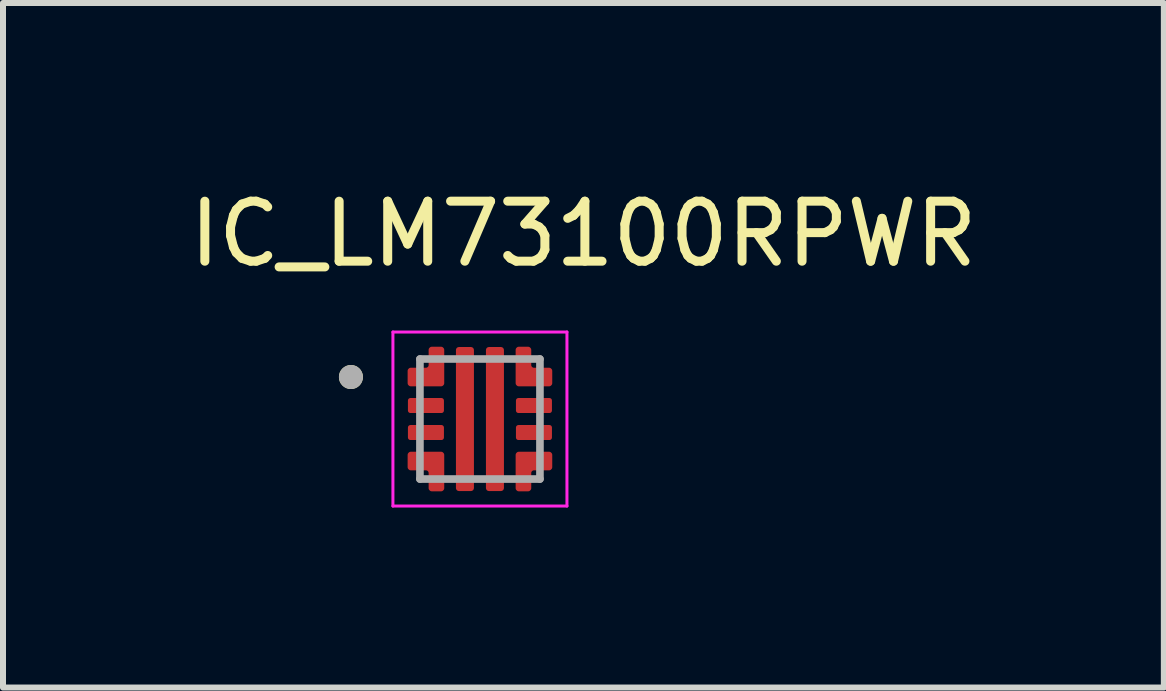
<source format=kicad_pcb>
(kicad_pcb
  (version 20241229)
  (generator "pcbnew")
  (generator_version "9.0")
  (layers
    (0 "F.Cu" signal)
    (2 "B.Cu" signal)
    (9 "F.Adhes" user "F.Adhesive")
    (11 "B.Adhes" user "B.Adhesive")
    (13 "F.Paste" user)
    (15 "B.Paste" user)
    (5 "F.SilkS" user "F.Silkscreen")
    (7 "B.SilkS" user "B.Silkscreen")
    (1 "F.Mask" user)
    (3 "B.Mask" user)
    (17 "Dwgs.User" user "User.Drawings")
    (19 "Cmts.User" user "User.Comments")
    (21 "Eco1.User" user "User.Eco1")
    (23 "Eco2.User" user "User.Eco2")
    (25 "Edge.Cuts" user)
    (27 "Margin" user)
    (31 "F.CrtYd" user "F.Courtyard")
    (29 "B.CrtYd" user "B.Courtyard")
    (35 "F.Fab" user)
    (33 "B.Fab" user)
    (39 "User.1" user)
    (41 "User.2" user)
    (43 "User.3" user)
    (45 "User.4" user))
  (footprint "IC_LM73100RPWR"
    (layer "F.Cu")
    (at 4.948 3.933)
    (property "Reference" "IC_LM73100RPWR" (at 1.725 -3.085 0) (layer "F.SilkS") (effects (font (size 1 1) (thickness 0.15))))
    (attr smd)
    (fp_poly (pts (xy -1.2 -0.4) (xy -0.6 -0.4) (xy -0.597 -0.399) (xy -0.594 -0.398) (xy -0.591 -0.397) (xy -0.588 -0.396) (xy -0.585 -0.395) (xy -0.582 -0.393) (xy -0.579 -0.392) (xy -0.576 -0.39) (xy -0.573 -0.388) (xy -0.571 -0.386) (xy -0.568 -0.383) (xy -0.566 -0.381) (xy -0.564 -0.378) (xy -0.562 -0.376) (xy -0.56 -0.373) (xy -0.558 -0.37) (xy -0.556 -0.367) (xy -0.555 -0.364) (xy -0.553 -0.361) (xy -0.552 -0.358) (xy -0.551 -0.355) (xy -0.55 -0.352) (xy -0.55 -0.349) (xy -0.549 -0.345) (xy -0.549 -0.342) (xy -0.549 -0.339) (xy -0.549 -0.335) (xy -0.549 -0.332) (xy -0.549 -0.329) (xy -0.55 -0.325) (xy -0.55 -0.125) (xy -0.549 -0.121) (xy -0.549 -0.118) (xy -0.549 -0.115) (xy -0.549 -0.111) (xy -0.549 -0.108) (xy -0.549 -0.105) (xy -0.55 -0.101) (xy -0.55 -0.098) (xy -0.551 -0.095) (xy -0.552 -0.092) (xy -0.553 -0.089) (xy -0.555 -0.086) (xy -0.556 -0.083) (xy -0.558 -0.08) (xy -0.56 -0.077) (xy -0.562 -0.074) (xy -0.564 -0.072) (xy -0.566 -0.069) (xy -0.568 -0.067) (xy -0.571 -0.064) (xy -0.573 -0.062) (xy -0.576 -0.06) (xy -0.579 -0.058) (xy -0.582 -0.057) (xy -0.585 -0.055) (xy -0.588 -0.054) (xy -0.591 -0.053) (xy -0.594 -0.052) (xy -0.597 -0.051) (xy -0.6 -0.05) (xy -1.2 -0.05) (xy -1.203 -0.051) (xy -1.206 -0.052) (xy -1.209 -0.053) (xy -1.212 -0.054) (xy -1.215 -0.055) (xy -1.218 -0.057) (xy -1.221 -0.058) (xy -1.224 -0.06) (xy -1.227 -0.062) (xy -1.229 -0.064) (xy -1.232 -0.067) (xy -1.234 -0.069) (xy -1.236 -0.072) (xy -1.238 -0.074) (xy -1.24 -0.077) (xy -1.242 -0.08) (xy -1.244 -0.083) (xy -1.245 -0.086) (xy -1.247 -0.089) (xy -1.248 -0.092) (xy -1.249 -0.095) (xy -1.25 -0.098) (xy -1.25 -0.101) (xy -1.251 -0.105) (xy -1.251 -0.108) (xy -1.251 -0.111) (xy -1.251 -0.115) (xy -1.251 -0.118) (xy -1.251 -0.121) (xy -1.25 -0.125) (xy -1.25 -0.325) (xy -1.251 -0.329) (xy -1.251 -0.332) (xy -1.251 -0.335) (xy -1.251 -0.339) (xy -1.251 -0.342) (xy -1.251 -0.345) (xy -1.25 -0.349) (xy -1.25 -0.352) (xy -1.249 -0.355) (xy -1.248 -0.358) (xy -1.247 -0.361) (xy -1.245 -0.364) (xy -1.244 -0.367) (xy -1.242 -0.37) (xy -1.24 -0.373) (xy -1.238 -0.376) (xy -1.236 -0.378) (xy -1.234 -0.381) (xy -1.232 -0.383) (xy -1.229 -0.386) (xy -1.227 -0.388) (xy -1.224 -0.39) (xy -1.221 -0.392) (xy -1.218 -0.393) (xy -1.215 -0.395) (xy -1.212 -0.396) (xy -1.209 -0.397) (xy -1.206 -0.398) (xy -1.203 -0.399) (xy -1.2 -0.4)) (stroke (width 0.01) (type solid)) (fill yes) (layer "F.Mask"))
    (fp_poly (pts (xy -1.2 0.05) (xy -0.6 0.05) (xy -0.597 0.051) (xy -0.594 0.052) (xy -0.591 0.053) (xy -0.588 0.054) (xy -0.585 0.055) (xy -0.582 0.057) (xy -0.579 0.058) (xy -0.576 0.06) (xy -0.573 0.062) (xy -0.571 0.064) (xy -0.568 0.067) (xy -0.566 0.069) (xy -0.564 0.072) (xy -0.562 0.074) (xy -0.56 0.077) (xy -0.558 0.08) (xy -0.556 0.083) (xy -0.555 0.086) (xy -0.553 0.089) (xy -0.552 0.092) (xy -0.551 0.095) (xy -0.55 0.098) (xy -0.55 0.101) (xy -0.549 0.105) (xy -0.549 0.108) (xy -0.549 0.111) (xy -0.549 0.115) (xy -0.549 0.118) (xy -0.549 0.121) (xy -0.55 0.125) (xy -0.55 0.325) (xy -0.549 0.329) (xy -0.549 0.332) (xy -0.549 0.335) (xy -0.549 0.339) (xy -0.549 0.342) (xy -0.549 0.345) (xy -0.55 0.349) (xy -0.55 0.352) (xy -0.551 0.355) (xy -0.552 0.358) (xy -0.553 0.361) (xy -0.555 0.364) (xy -0.556 0.367) (xy -0.558 0.37) (xy -0.56 0.373) (xy -0.562 0.376) (xy -0.564 0.378) (xy -0.566 0.381) (xy -0.568 0.383) (xy -0.571 0.386) (xy -0.573 0.388) (xy -0.576 0.39) (xy -0.579 0.392) (xy -0.582 0.393) (xy -0.585 0.395) (xy -0.588 0.396) (xy -0.591 0.397) (xy -0.594 0.398) (xy -0.597 0.399) (xy -0.6 0.4) (xy -1.2 0.4) (xy -1.203 0.399) (xy -1.206 0.398) (xy -1.209 0.397) (xy -1.212 0.396) (xy -1.215 0.395) (xy -1.218 0.393) (xy -1.221 0.392) (xy -1.224 0.39) (xy -1.227 0.388) (xy -1.229 0.386) (xy -1.232 0.383) (xy -1.234 0.381) (xy -1.236 0.378) (xy -1.238 0.376) (xy -1.24 0.373) (xy -1.242 0.37) (xy -1.244 0.367) (xy -1.245 0.364) (xy -1.247 0.361) (xy -1.248 0.358) (xy -1.249 0.355) (xy -1.25 0.352) (xy -1.25 0.349) (xy -1.251 0.345) (xy -1.251 0.342) (xy -1.251 0.339) (xy -1.251 0.335) (xy -1.251 0.332) (xy -1.251 0.329) (xy -1.25 0.325) (xy -1.25 0.125) (xy -1.251 0.121) (xy -1.251 0.118) (xy -1.251 0.115) (xy -1.251 0.111) (xy -1.251 0.108) (xy -1.251 0.105) (xy -1.25 0.101) (xy -1.25 0.098) (xy -1.249 0.095) (xy -1.248 0.092) (xy -1.247 0.089) (xy -1.245 0.086) (xy -1.244 0.083) (xy -1.242 0.08) (xy -1.24 0.077) (xy -1.238 0.074) (xy -1.236 0.072) (xy -1.234 0.069) (xy -1.232 0.067) (xy -1.229 0.064) (xy -1.227 0.062) (xy -1.224 0.06) (xy -1.221 0.058) (xy -1.218 0.057) (xy -1.215 0.055) (xy -1.212 0.054) (xy -1.209 0.053) (xy -1.206 0.052) (xy -1.203 0.051) (xy -1.2 0.05)) (stroke (width 0.01) (type solid)) (fill yes) (layer "F.Mask"))
    (fp_poly (pts (xy -0.45 -1.2) (xy -0.45 1.2) (xy -0.45 1.203) (xy -0.45 1.205) (xy -0.449 1.208) (xy -0.449 1.21) (xy -0.448 1.213) (xy -0.448 1.215) (xy -0.447 1.218) (xy -0.446 1.22) (xy -0.445 1.223) (xy -0.443 1.225) (xy -0.442 1.227) (xy -0.44 1.229) (xy -0.439 1.231) (xy -0.437 1.233) (xy -0.435 1.235) (xy -0.433 1.237) (xy -0.431 1.239) (xy -0.429 1.24) (xy -0.427 1.242) (xy -0.425 1.243) (xy -0.423 1.245) (xy -0.42 1.246) (xy -0.418 1.247) (xy -0.415 1.248) (xy -0.413 1.248) (xy -0.41 1.249) (xy -0.408 1.249) (xy -0.405 1.25) (xy -0.403 1.25) (xy -0.4 1.25) (xy -0.1 1.25) (xy -0.097 1.25) (xy -0.095 1.25) (xy -0.092 1.249) (xy -0.09 1.249) (xy -0.087 1.248) (xy -0.085 1.248) (xy -0.082 1.247) (xy -0.08 1.246) (xy -0.077 1.245) (xy -0.075 1.243) (xy -0.073 1.242) (xy -0.071 1.24) (xy -0.069 1.239) (xy -0.067 1.237) (xy -0.065 1.235) (xy -0.063 1.233) (xy -0.061 1.231) (xy -0.06 1.229) (xy -0.058 1.227) (xy -0.057 1.225) (xy -0.055 1.223) (xy -0.054 1.22) (xy -0.053 1.218) (xy -0.052 1.215) (xy -0.052 1.213) (xy -0.051 1.21) (xy -0.051 1.208) (xy -0.05 1.205) (xy -0.05 1.203) (xy -0.05 1.2) (xy -0.05 -1.2) (xy -0.05 -1.203) (xy -0.05 -1.205) (xy -0.051 -1.208) (xy -0.051 -1.21) (xy -0.052 -1.213) (xy -0.052 -1.215) (xy -0.053 -1.218) (xy -0.054 -1.22) (xy -0.055 -1.223) (xy -0.057 -1.225) (xy -0.058 -1.227) (xy -0.06 -1.229) (xy -0.061 -1.231) (xy -0.063 -1.233) (xy -0.065 -1.235) (xy -0.067 -1.237) (xy -0.069 -1.239) (xy -0.071 -1.24) (xy -0.073 -1.242) (xy -0.075 -1.243) (xy -0.077 -1.245) (xy -0.08 -1.246) (xy -0.082 -1.247) (xy -0.085 -1.248) (xy -0.087 -1.248) (xy -0.09 -1.249) (xy -0.092 -1.249) (xy -0.095 -1.25) (xy -0.097 -1.25) (xy -0.1 -1.25) (xy -0.4 -1.25) (xy -0.403 -1.25) (xy -0.405 -1.25) (xy -0.408 -1.249) (xy -0.41 -1.249) (xy -0.413 -1.248) (xy -0.415 -1.248) (xy -0.418 -1.247) (xy -0.42 -1.246) (xy -0.423 -1.245) (xy -0.425 -1.243) (xy -0.427 -1.242) (xy -0.429 -1.24) (xy -0.431 -1.239) (xy -0.433 -1.237) (xy -0.435 -1.235) (xy -0.437 -1.233) (xy -0.439 -1.231) (xy -0.44 -1.229) (xy -0.442 -1.227) (xy -0.443 -1.225) (xy -0.445 -1.223) (xy -0.446 -1.22) (xy -0.447 -1.218) (xy -0.448 -1.215) (xy -0.448 -1.213) (xy -0.449 -1.21) (xy -0.449 -1.208) (xy -0.45 -1.205) (xy -0.45 -1.203) (xy -0.45 -1.2)) (stroke (width 0.01) (type solid)) (fill yes) (layer "F.Mask"))
    (fp_poly (pts (xy 0.05 -1.2) (xy 0.05 1.2) (xy 0.05 1.203) (xy 0.05 1.205) (xy 0.051 1.208) (xy 0.051 1.21) (xy 0.052 1.213) (xy 0.052 1.215) (xy 0.053 1.218) (xy 0.054 1.22) (xy 0.055 1.223) (xy 0.057 1.225) (xy 0.058 1.227) (xy 0.06 1.229) (xy 0.061 1.231) (xy 0.063 1.233) (xy 0.065 1.235) (xy 0.067 1.237) (xy 0.069 1.239) (xy 0.071 1.24) (xy 0.073 1.242) (xy 0.075 1.243) (xy 0.077 1.245) (xy 0.08 1.246) (xy 0.082 1.247) (xy 0.085 1.248) (xy 0.087 1.248) (xy 0.09 1.249) (xy 0.092 1.249) (xy 0.095 1.25) (xy 0.097 1.25) (xy 0.1 1.25) (xy 0.4 1.25) (xy 0.403 1.25) (xy 0.405 1.25) (xy 0.408 1.249) (xy 0.41 1.249) (xy 0.413 1.248) (xy 0.415 1.248) (xy 0.418 1.247) (xy 0.42 1.246) (xy 0.423 1.245) (xy 0.425 1.243) (xy 0.427 1.242) (xy 0.429 1.24) (xy 0.431 1.239) (xy 0.433 1.237) (xy 0.435 1.235) (xy 0.437 1.233) (xy 0.439 1.231) (xy 0.44 1.229) (xy 0.442 1.227) (xy 0.443 1.225) (xy 0.445 1.223) (xy 0.446 1.22) (xy 0.447 1.218) (xy 0.448 1.215) (xy 0.448 1.213) (xy 0.449 1.21) (xy 0.449 1.208) (xy 0.45 1.205) (xy 0.45 1.203) (xy 0.45 1.2) (xy 0.45 -1.2) (xy 0.45 -1.203) (xy 0.45 -1.205) (xy 0.449 -1.208) (xy 0.449 -1.21) (xy 0.448 -1.213) (xy 0.448 -1.215) (xy 0.447 -1.218) (xy 0.446 -1.22) (xy 0.445 -1.223) (xy 0.443 -1.225) (xy 0.442 -1.227) (xy 0.44 -1.229) (xy 0.439 -1.231) (xy 0.437 -1.233) (xy 0.435 -1.235) (xy 0.433 -1.237) (xy 0.431 -1.239) (xy 0.429 -1.24) (xy 0.427 -1.242) (xy 0.425 -1.243) (xy 0.423 -1.245) (xy 0.42 -1.246) (xy 0.418 -1.247) (xy 0.415 -1.248) (xy 0.413 -1.248) (xy 0.41 -1.249) (xy 0.408 -1.249) (xy 0.405 -1.25) (xy 0.403 -1.25) (xy 0.4 -1.25) (xy 0.1 -1.25) (xy 0.097 -1.25) (xy 0.095 -1.25) (xy 0.092 -1.249) (xy 0.09 -1.249) (xy 0.087 -1.248) (xy 0.085 -1.248) (xy 0.082 -1.247) (xy 0.08 -1.246) (xy 0.077 -1.245) (xy 0.075 -1.243) (xy 0.073 -1.242) (xy 0.071 -1.24) (xy 0.069 -1.239) (xy 0.067 -1.237) (xy 0.065 -1.235) (xy 0.063 -1.233) (xy 0.061 -1.231) (xy 0.06 -1.229) (xy 0.058 -1.227) (xy 0.057 -1.225) (xy 0.055 -1.223) (xy 0.054 -1.22) (xy 0.053 -1.218) (xy 0.052 -1.215) (xy 0.052 -1.213) (xy 0.051 -1.21) (xy 0.051 -1.208) (xy 0.05 -1.205) (xy 0.05 -1.203) (xy 0.05 -1.2)) (stroke (width 0.01) (type solid)) (fill yes) (layer "F.Mask"))
    (fp_poly (pts (xy 0.6 -0.4) (xy 1.2 -0.4) (xy 1.203 -0.399) (xy 1.206 -0.398) (xy 1.209 -0.397) (xy 1.212 -0.396) (xy 1.215 -0.395) (xy 1.218 -0.393) (xy 1.221 -0.392) (xy 1.224 -0.39) (xy 1.227 -0.388) (xy 1.229 -0.386) (xy 1.232 -0.383) (xy 1.234 -0.381) (xy 1.236 -0.378) (xy 1.238 -0.376) (xy 1.24 -0.373) (xy 1.242 -0.37) (xy 1.244 -0.367) (xy 1.245 -0.364) (xy 1.247 -0.361) (xy 1.248 -0.358) (xy 1.249 -0.355) (xy 1.25 -0.352) (xy 1.25 -0.349) (xy 1.251 -0.345) (xy 1.251 -0.342) (xy 1.251 -0.339) (xy 1.251 -0.335) (xy 1.251 -0.332) (xy 1.251 -0.329) (xy 1.25 -0.325) (xy 1.25 -0.125) (xy 1.251 -0.121) (xy 1.251 -0.118) (xy 1.251 -0.115) (xy 1.251 -0.111) (xy 1.251 -0.108) (xy 1.251 -0.105) (xy 1.25 -0.101) (xy 1.25 -0.098) (xy 1.249 -0.095) (xy 1.248 -0.092) (xy 1.247 -0.089) (xy 1.245 -0.086) (xy 1.244 -0.083) (xy 1.242 -0.08) (xy 1.24 -0.077) (xy 1.238 -0.074) (xy 1.236 -0.072) (xy 1.234 -0.069) (xy 1.232 -0.067) (xy 1.229 -0.064) (xy 1.227 -0.062) (xy 1.224 -0.06) (xy 1.221 -0.058) (xy 1.218 -0.057) (xy 1.215 -0.055) (xy 1.212 -0.054) (xy 1.209 -0.053) (xy 1.206 -0.052) (xy 1.203 -0.051) (xy 1.2 -0.05) (xy 0.6 -0.05) (xy 0.597 -0.051) (xy 0.594 -0.052) (xy 0.591 -0.053) (xy 0.588 -0.054) (xy 0.585 -0.055) (xy 0.582 -0.057) (xy 0.579 -0.058) (xy 0.576 -0.06) (xy 0.573 -0.062) (xy 0.571 -0.064) (xy 0.568 -0.067) (xy 0.566 -0.069) (xy 0.564 -0.072) (xy 0.562 -0.074) (xy 0.56 -0.077) (xy 0.558 -0.08) (xy 0.556 -0.083) (xy 0.555 -0.086) (xy 0.553 -0.089) (xy 0.552 -0.092) (xy 0.551 -0.095) (xy 0.55 -0.098) (xy 0.55 -0.101) (xy 0.549 -0.105) (xy 0.549 -0.108) (xy 0.549 -0.111) (xy 0.549 -0.115) (xy 0.549 -0.118) (xy 0.549 -0.121) (xy 0.55 -0.125) (xy 0.55 -0.325) (xy 0.549 -0.329) (xy 0.549 -0.332) (xy 0.549 -0.335) (xy 0.549 -0.339) (xy 0.549 -0.342) (xy 0.549 -0.345) (xy 0.55 -0.349) (xy 0.55 -0.352) (xy 0.551 -0.355) (xy 0.552 -0.358) (xy 0.553 -0.361) (xy 0.555 -0.364) (xy 0.556 -0.367) (xy 0.558 -0.37) (xy 0.56 -0.373) (xy 0.562 -0.376) (xy 0.564 -0.378) (xy 0.566 -0.381) (xy 0.568 -0.383) (xy 0.571 -0.386) (xy 0.573 -0.388) (xy 0.576 -0.39) (xy 0.579 -0.392) (xy 0.582 -0.393) (xy 0.585 -0.395) (xy 0.588 -0.396) (xy 0.591 -0.397) (xy 0.594 -0.398) (xy 0.597 -0.399) (xy 0.6 -0.4)) (stroke (width 0.01) (type solid)) (fill yes) (layer "F.Mask"))
    (fp_poly (pts (xy 0.6 0.05) (xy 1.2 0.05) (xy 1.203 0.051) (xy 1.206 0.052) (xy 1.209 0.053) (xy 1.212 0.054) (xy 1.215 0.055) (xy 1.218 0.057) (xy 1.221 0.058) (xy 1.224 0.06) (xy 1.227 0.062) (xy 1.229 0.064) (xy 1.232 0.067) (xy 1.234 0.069) (xy 1.236 0.072) (xy 1.238 0.074) (xy 1.24 0.077) (xy 1.242 0.08) (xy 1.244 0.083) (xy 1.245 0.086) (xy 1.247 0.089) (xy 1.248 0.092) (xy 1.249 0.095) (xy 1.25 0.098) (xy 1.25 0.101) (xy 1.251 0.105) (xy 1.251 0.108) (xy 1.251 0.111) (xy 1.251 0.115) (xy 1.251 0.118) (xy 1.251 0.121) (xy 1.25 0.125) (xy 1.25 0.325) (xy 1.251 0.329) (xy 1.251 0.332) (xy 1.251 0.335) (xy 1.251 0.339) (xy 1.251 0.342) (xy 1.251 0.345) (xy 1.25 0.349) (xy 1.25 0.352) (xy 1.249 0.355) (xy 1.248 0.358) (xy 1.247 0.361) (xy 1.245 0.364) (xy 1.244 0.367) (xy 1.242 0.37) (xy 1.24 0.373) (xy 1.238 0.376) (xy 1.236 0.378) (xy 1.234 0.381) (xy 1.232 0.383) (xy 1.229 0.386) (xy 1.227 0.388) (xy 1.224 0.39) (xy 1.221 0.392) (xy 1.218 0.393) (xy 1.215 0.395) (xy 1.212 0.396) (xy 1.209 0.397) (xy 1.206 0.398) (xy 1.203 0.399) (xy 1.2 0.4) (xy 0.6 0.4) (xy 0.597 0.399) (xy 0.594 0.398) (xy 0.591 0.397) (xy 0.588 0.396) (xy 0.585 0.395) (xy 0.582 0.393) (xy 0.579 0.392) (xy 0.576 0.39) (xy 0.573 0.388) (xy 0.571 0.386) (xy 0.568 0.383) (xy 0.566 0.381) (xy 0.564 0.378) (xy 0.562 0.376) (xy 0.56 0.373) (xy 0.558 0.37) (xy 0.556 0.367) (xy 0.555 0.364) (xy 0.553 0.361) (xy 0.552 0.358) (xy 0.551 0.355) (xy 0.55 0.352) (xy 0.55 0.349) (xy 0.549 0.345) (xy 0.549 0.342) (xy 0.549 0.339) (xy 0.549 0.335) (xy 0.549 0.332) (xy 0.549 0.329) (xy 0.55 0.325) (xy 0.55 0.125) (xy 0.549 0.121) (xy 0.549 0.118) (xy 0.549 0.115) (xy 0.549 0.111) (xy 0.549 0.108) (xy 0.549 0.105) (xy 0.55 0.101) (xy 0.55 0.098) (xy 0.551 0.095) (xy 0.552 0.092) (xy 0.553 0.089) (xy 0.555 0.086) (xy 0.556 0.083) (xy 0.558 0.08) (xy 0.56 0.077) (xy 0.562 0.074) (xy 0.564 0.072) (xy 0.566 0.069) (xy 0.568 0.067) (xy 0.571 0.064) (xy 0.573 0.062) (xy 0.576 0.06) (xy 0.579 0.058) (xy 0.582 0.057) (xy 0.585 0.055) (xy 0.588 0.054) (xy 0.591 0.053) (xy 0.594 0.052) (xy 0.597 0.051) (xy 0.6 0.05)) (stroke (width 0.01) (type solid)) (fill yes) (layer "F.Mask"))
    (fp_poly (pts (xy -1.25 -0.8) (xy -1.25 -0.6) (xy -1.25 -0.595) (xy -1.249 -0.59) (xy -1.249 -0.584) (xy -1.248 -0.579) (xy -1.247 -0.574) (xy -1.245 -0.569) (xy -1.243 -0.564) (xy -1.241 -0.559) (xy -1.239 -0.555) (xy -1.237 -0.55) (xy -1.234 -0.546) (xy -1.231 -0.541) (xy -1.228 -0.537) (xy -1.224 -0.533) (xy -1.221 -0.529) (xy -1.217 -0.526) (xy -1.213 -0.522) (xy -1.209 -0.519) (xy -1.204 -0.516) (xy -1.2 -0.513) (xy -1.195 -0.511) (xy -1.191 -0.509) (xy -1.186 -0.507) (xy -1.181 -0.505) (xy -1.176 -0.503) (xy -1.171 -0.502) (xy -1.166 -0.501) (xy -1.16 -0.501) (xy -1.155 -0.5) (xy -1.15 -0.5) (xy -0.65 -0.5) (xy -0.645 -0.5) (xy -0.64 -0.501) (xy -0.634 -0.501) (xy -0.629 -0.502) (xy -0.624 -0.503) (xy -0.619 -0.505) (xy -0.614 -0.507) (xy -0.609 -0.509) (xy -0.605 -0.511) (xy -0.6 -0.513) (xy -0.596 -0.516) (xy -0.591 -0.519) (xy -0.587 -0.522) (xy -0.583 -0.526) (xy -0.579 -0.529) (xy -0.576 -0.533) (xy -0.572 -0.537) (xy -0.569 -0.541) (xy -0.566 -0.546) (xy -0.563 -0.55) (xy -0.561 -0.555) (xy -0.559 -0.559) (xy -0.557 -0.564) (xy -0.555 -0.569) (xy -0.553 -0.574) (xy -0.552 -0.579) (xy -0.551 -0.584) (xy -0.551 -0.59) (xy -0.55 -0.595) (xy -0.55 -0.6) (xy -0.55 -1.15) (xy -0.55 -1.155) (xy -0.551 -1.16) (xy -0.551 -1.166) (xy -0.552 -1.171) (xy -0.553 -1.176) (xy -0.555 -1.181) (xy -0.557 -1.186) (xy -0.559 -1.191) (xy -0.561 -1.195) (xy -0.563 -1.2) (xy -0.566 -1.204) (xy -0.569 -1.209) (xy -0.572 -1.213) (xy -0.576 -1.217) (xy -0.579 -1.221) (xy -0.583 -1.224) (xy -0.587 -1.228) (xy -0.591 -1.231) (xy -0.596 -1.234) (xy -0.6 -1.237) (xy -0.605 -1.239) (xy -0.609 -1.241) (xy -0.614 -1.243) (xy -0.619 -1.245) (xy -0.624 -1.247) (xy -0.629 -1.248) (xy -0.634 -1.249) (xy -0.64 -1.249) (xy -0.645 -1.25) (xy -0.65 -1.25) (xy -0.8 -1.25) (xy -0.805 -1.25) (xy -0.81 -1.249) (xy -0.816 -1.249) (xy -0.821 -1.248) (xy -0.826 -1.247) (xy -0.831 -1.245) (xy -0.836 -1.243) (xy -0.841 -1.241) (xy -0.845 -1.239) (xy -0.85 -1.237) (xy -0.854 -1.234) (xy -0.859 -1.231) (xy -0.863 -1.228) (xy -0.867 -1.224) (xy -0.871 -1.221) (xy -0.874 -1.217) (xy -0.878 -1.213) (xy -0.881 -1.209) (xy -0.884 -1.204) (xy -0.887 -1.2) (xy -0.889 -1.195) (xy -0.891 -1.191) (xy -0.893 -1.186) (xy -0.895 -1.181) (xy -0.897 -1.176) (xy -0.898 -1.171) (xy -0.899 -1.166) (xy -0.899 -1.16) (xy -0.9 -1.155) (xy -0.9 -1.15) (xy -0.9 -0.95) (xy -0.9 -0.947) (xy -0.9 -0.945) (xy -0.901 -0.942) (xy -0.901 -0.94) (xy -0.902 -0.937) (xy -0.902 -0.935) (xy -0.903 -0.932) (xy -0.904 -0.93) (xy -0.905 -0.927) (xy -0.907 -0.925) (xy -0.908 -0.923) (xy -0.91 -0.921) (xy -0.911 -0.919) (xy -0.913 -0.917) (xy -0.915 -0.915) (xy -0.917 -0.913) (xy -0.919 -0.911) (xy -0.921 -0.91) (xy -0.923 -0.908) (xy -0.925 -0.907) (xy -0.927 -0.905) (xy -0.93 -0.904) (xy -0.932 -0.903) (xy -0.935 -0.902) (xy -0.937 -0.902) (xy -0.94 -0.901) (xy -0.942 -0.901) (xy -0.945 -0.9) (xy -0.947 -0.9) (xy -0.95 -0.9) (xy -1.15 -0.9) (xy -1.155 -0.9) (xy -1.16 -0.899) (xy -1.166 -0.899) (xy -1.171 -0.898) (xy -1.176 -0.897) (xy -1.181 -0.895) (xy -1.186 -0.893) (xy -1.191 -0.891) (xy -1.195 -0.889) (xy -1.2 -0.887) (xy -1.204 -0.884) (xy -1.209 -0.881) (xy -1.213 -0.878) (xy -1.217 -0.874) (xy -1.221 -0.871) (xy -1.224 -0.867) (xy -1.228 -0.863) (xy -1.231 -0.859) (xy -1.234 -0.854) (xy -1.237 -0.85) (xy -1.239 -0.845) (xy -1.241 -0.841) (xy -1.243 -0.836) (xy -1.245 -0.831) (xy -1.247 -0.826) (xy -1.248 -0.821) (xy -1.249 -0.816) (xy -1.249 -0.81) (xy -1.25 -0.805) (xy -1.25 -0.8)) (stroke (width 0.01) (type solid)) (fill yes) (layer "F.Mask"))
    (fp_poly (pts (xy -1.15 0.9) (xy -1.155 0.9) (xy -1.16 0.899) (xy -1.166 0.899) (xy -1.171 0.898) (xy -1.176 0.897) (xy -1.181 0.895) (xy -1.186 0.893) (xy -1.191 0.891) (xy -1.195 0.889) (xy -1.2 0.887) (xy -1.204 0.884) (xy -1.209 0.881) (xy -1.213 0.878) (xy -1.217 0.874) (xy -1.221 0.871) (xy -1.224 0.867) (xy -1.228 0.863) (xy -1.231 0.859) (xy -1.234 0.854) (xy -1.237 0.85) (xy -1.239 0.845) (xy -1.241 0.841) (xy -1.243 0.836) (xy -1.245 0.831) (xy -1.247 0.826) (xy -1.248 0.821) (xy -1.249 0.816) (xy -1.249 0.81) (xy -1.25 0.805) (xy -1.25 0.8) (xy -1.25 0.6) (xy -1.25 0.595) (xy -1.249 0.59) (xy -1.249 0.584) (xy -1.248 0.579) (xy -1.247 0.574) (xy -1.245 0.569) (xy -1.243 0.564) (xy -1.241 0.559) (xy -1.239 0.555) (xy -1.237 0.55) (xy -1.234 0.546) (xy -1.231 0.541) (xy -1.228 0.537) (xy -1.224 0.533) (xy -1.221 0.529) (xy -1.217 0.526) (xy -1.213 0.522) (xy -1.209 0.519) (xy -1.204 0.516) (xy -1.2 0.513) (xy -1.195 0.511) (xy -1.191 0.509) (xy -1.186 0.507) (xy -1.181 0.505) (xy -1.176 0.503) (xy -1.171 0.502) (xy -1.166 0.501) (xy -1.16 0.501) (xy -1.155 0.5) (xy -1.15 0.5) (xy -0.65 0.5) (xy -0.645 0.5) (xy -0.64 0.501) (xy -0.634 0.501) (xy -0.629 0.502) (xy -0.624 0.503) (xy -0.619 0.505) (xy -0.614 0.507) (xy -0.609 0.509) (xy -0.605 0.511) (xy -0.6 0.513) (xy -0.596 0.516) (xy -0.591 0.519) (xy -0.587 0.522) (xy -0.583 0.526) (xy -0.579 0.529) (xy -0.576 0.533) (xy -0.572 0.537) (xy -0.569 0.541) (xy -0.566 0.546) (xy -0.563 0.55) (xy -0.561 0.555) (xy -0.559 0.559) (xy -0.557 0.564) (xy -0.555 0.569) (xy -0.553 0.574) (xy -0.552 0.579) (xy -0.551 0.584) (xy -0.551 0.59) (xy -0.55 0.595) (xy -0.55 0.6) (xy -0.55 1.15) (xy -0.55 1.155) (xy -0.551 1.16) (xy -0.551 1.166) (xy -0.552 1.171) (xy -0.553 1.176) (xy -0.555 1.181) (xy -0.557 1.186) (xy -0.559 1.191) (xy -0.561 1.195) (xy -0.563 1.2) (xy -0.566 1.204) (xy -0.569 1.209) (xy -0.572 1.213) (xy -0.576 1.217) (xy -0.579 1.221) (xy -0.583 1.224) (xy -0.587 1.228) (xy -0.591 1.231) (xy -0.596 1.234) (xy -0.6 1.237) (xy -0.605 1.239) (xy -0.609 1.241) (xy -0.614 1.243) (xy -0.619 1.245) (xy -0.624 1.247) (xy -0.629 1.248) (xy -0.634 1.249) (xy -0.64 1.249) (xy -0.645 1.25) (xy -0.65 1.25) (xy -0.8 1.25) (xy -0.805 1.25) (xy -0.81 1.249) (xy -0.816 1.249) (xy -0.821 1.248) (xy -0.826 1.247) (xy -0.831 1.245) (xy -0.836 1.243) (xy -0.841 1.241) (xy -0.845 1.239) (xy -0.85 1.237) (xy -0.854 1.234) (xy -0.859 1.231) (xy -0.863 1.228) (xy -0.867 1.224) (xy -0.871 1.221) (xy -0.874 1.217) (xy -0.878 1.213) (xy -0.881 1.209) (xy -0.884 1.204) (xy -0.887 1.2) (xy -0.889 1.195) (xy -0.891 1.191) (xy -0.893 1.186) (xy -0.895 1.181) (xy -0.897 1.176) (xy -0.898 1.171) (xy -0.899 1.166) (xy -0.899 1.16) (xy -0.9 1.155) (xy -0.9 1.15) (xy -0.9 0.95) (xy -0.9 0.947) (xy -0.9 0.945) (xy -0.901 0.942) (xy -0.901 0.94) (xy -0.902 0.937) (xy -0.902 0.935) (xy -0.903 0.932) (xy -0.904 0.93) (xy -0.905 0.927) (xy -0.907 0.925) (xy -0.908 0.923) (xy -0.91 0.921) (xy -0.911 0.919) (xy -0.913 0.917) (xy -0.915 0.915) (xy -0.917 0.913) (xy -0.919 0.911) (xy -0.921 0.91) (xy -0.923 0.908) (xy -0.925 0.907) (xy -0.927 0.905) (xy -0.93 0.904) (xy -0.932 0.903) (xy -0.935 0.902) (xy -0.937 0.902) (xy -0.94 0.901) (xy -0.942 0.901) (xy -0.945 0.9) (xy -0.947 0.9) (xy -0.95 0.9) (xy -1.15 0.9)) (stroke (width 0.01) (type solid)) (fill yes) (layer "F.Mask"))
    (fp_poly (pts (xy 0.55 -1.15) (xy 0.55 -0.6) (xy 0.55 -0.595) (xy 0.551 -0.59) (xy 0.551 -0.584) (xy 0.552 -0.579) (xy 0.553 -0.574) (xy 0.555 -0.569) (xy 0.557 -0.564) (xy 0.559 -0.559) (xy 0.561 -0.555) (xy 0.563 -0.55) (xy 0.566 -0.546) (xy 0.569 -0.541) (xy 0.572 -0.537) (xy 0.576 -0.533) (xy 0.579 -0.529) (xy 0.583 -0.526) (xy 0.587 -0.522) (xy 0.591 -0.519) (xy 0.596 -0.516) (xy 0.6 -0.513) (xy 0.605 -0.511) (xy 0.609 -0.509) (xy 0.614 -0.507) (xy 0.619 -0.505) (xy 0.624 -0.503) (xy 0.629 -0.502) (xy 0.634 -0.501) (xy 0.64 -0.501) (xy 0.645 -0.5) (xy 0.65 -0.5) (xy 1.15 -0.5) (xy 1.155 -0.5) (xy 1.16 -0.501) (xy 1.166 -0.501) (xy 1.171 -0.502) (xy 1.176 -0.503) (xy 1.181 -0.505) (xy 1.186 -0.507) (xy 1.191 -0.509) (xy 1.195 -0.511) (xy 1.2 -0.513) (xy 1.204 -0.516) (xy 1.209 -0.519) (xy 1.213 -0.522) (xy 1.217 -0.526) (xy 1.221 -0.529) (xy 1.224 -0.533) (xy 1.228 -0.537) (xy 1.231 -0.541) (xy 1.234 -0.546) (xy 1.237 -0.55) (xy 1.239 -0.555) (xy 1.241 -0.559) (xy 1.243 -0.564) (xy 1.245 -0.569) (xy 1.247 -0.574) (xy 1.248 -0.579) (xy 1.249 -0.584) (xy 1.249 -0.59) (xy 1.25 -0.595) (xy 1.25 -0.6) (xy 1.25 -0.8) (xy 1.25 -0.805) (xy 1.249 -0.81) (xy 1.249 -0.816) (xy 1.248 -0.821) (xy 1.247 -0.826) (xy 1.245 -0.831) (xy 1.243 -0.836) (xy 1.241 -0.841) (xy 1.239 -0.845) (xy 1.237 -0.85) (xy 1.234 -0.854) (xy 1.231 -0.859) (xy 1.228 -0.863) (xy 1.224 -0.867) (xy 1.221 -0.871) (xy 1.217 -0.874) (xy 1.213 -0.878) (xy 1.209 -0.881) (xy 1.204 -0.884) (xy 1.2 -0.887) (xy 1.195 -0.889) (xy 1.191 -0.891) (xy 1.186 -0.893) (xy 1.181 -0.895) (xy 1.176 -0.897) (xy 1.171 -0.898) (xy 1.166 -0.899) (xy 1.16 -0.899) (xy 1.155 -0.9) (xy 1.15 -0.9) (xy 0.95 -0.9) (xy 0.947 -0.9) (xy 0.945 -0.9) (xy 0.942 -0.901) (xy 0.94 -0.901) (xy 0.937 -0.902) (xy 0.935 -0.902) (xy 0.932 -0.903) (xy 0.93 -0.904) (xy 0.927 -0.905) (xy 0.925 -0.907) (xy 0.923 -0.908) (xy 0.921 -0.91) (xy 0.919 -0.911) (xy 0.917 -0.913) (xy 0.915 -0.915) (xy 0.913 -0.917) (xy 0.911 -0.919) (xy 0.91 -0.921) (xy 0.908 -0.923) (xy 0.907 -0.925) (xy 0.905 -0.927) (xy 0.904 -0.93) (xy 0.903 -0.932) (xy 0.902 -0.935) (xy 0.902 -0.937) (xy 0.901 -0.94) (xy 0.901 -0.942) (xy 0.9 -0.945) (xy 0.9 -0.947) (xy 0.9 -0.95) (xy 0.9 -1.15) (xy 0.9 -1.155) (xy 0.899 -1.16) (xy 0.899 -1.166) (xy 0.898 -1.171) (xy 0.897 -1.176) (xy 0.895 -1.181) (xy 0.893 -1.186) (xy 0.891 -1.191) (xy 0.889 -1.195) (xy 0.887 -1.2) (xy 0.884 -1.204) (xy 0.881 -1.209) (xy 0.878 -1.213) (xy 0.874 -1.217) (xy 0.871 -1.221) (xy 0.867 -1.224) (xy 0.863 -1.228) (xy 0.859 -1.231) (xy 0.854 -1.234) (xy 0.85 -1.237) (xy 0.845 -1.239) (xy 0.841 -1.241) (xy 0.836 -1.243) (xy 0.831 -1.245) (xy 0.826 -1.247) (xy 0.821 -1.248) (xy 0.816 -1.249) (xy 0.81 -1.249) (xy 0.805 -1.25) (xy 0.8 -1.25) (xy 0.65 -1.25) (xy 0.645 -1.25) (xy 0.64 -1.249) (xy 0.634 -1.249) (xy 0.629 -1.248) (xy 0.624 -1.247) (xy 0.619 -1.245) (xy 0.614 -1.243) (xy 0.609 -1.241) (xy 0.605 -1.239) (xy 0.6 -1.237) (xy 0.596 -1.234) (xy 0.591 -1.231) (xy 0.587 -1.228) (xy 0.583 -1.224) (xy 0.579 -1.221) (xy 0.576 -1.217) (xy 0.572 -1.213) (xy 0.569 -1.209) (xy 0.566 -1.204) (xy 0.563 -1.2) (xy 0.561 -1.195) (xy 0.559 -1.191) (xy 0.557 -1.186) (xy 0.555 -1.181) (xy 0.553 -1.176) (xy 0.552 -1.171) (xy 0.551 -1.166) (xy 0.551 -1.16) (xy 0.55 -1.155) (xy 0.55 -1.15)) (stroke (width 0.01) (type solid)) (fill yes) (layer "F.Mask"))
    (fp_poly (pts (xy 0.55 0.6) (xy 0.55 1.15) (xy 0.55 1.155) (xy 0.551 1.16) (xy 0.551 1.166) (xy 0.552 1.171) (xy 0.553 1.176) (xy 0.555 1.181) (xy 0.557 1.186) (xy 0.559 1.191) (xy 0.561 1.195) (xy 0.563 1.2) (xy 0.566 1.204) (xy 0.569 1.209) (xy 0.572 1.213) (xy 0.576 1.217) (xy 0.579 1.221) (xy 0.583 1.224) (xy 0.587 1.228) (xy 0.591 1.231) (xy 0.596 1.234) (xy 0.6 1.237) (xy 0.605 1.239) (xy 0.609 1.241) (xy 0.614 1.243) (xy 0.619 1.245) (xy 0.624 1.247) (xy 0.629 1.248) (xy 0.634 1.249) (xy 0.64 1.249) (xy 0.645 1.25) (xy 0.65 1.25) (xy 0.8 1.25) (xy 0.805 1.25) (xy 0.81 1.249) (xy 0.816 1.249) (xy 0.821 1.248) (xy 0.826 1.247) (xy 0.831 1.245) (xy 0.836 1.243) (xy 0.841 1.241) (xy 0.845 1.239) (xy 0.85 1.237) (xy 0.854 1.234) (xy 0.859 1.231) (xy 0.863 1.228) (xy 0.867 1.224) (xy 0.871 1.221) (xy 0.874 1.217) (xy 0.878 1.213) (xy 0.881 1.209) (xy 0.884 1.204) (xy 0.887 1.2) (xy 0.889 1.195) (xy 0.891 1.191) (xy 0.893 1.186) (xy 0.895 1.181) (xy 0.897 1.176) (xy 0.898 1.171) (xy 0.899 1.166) (xy 0.899 1.16) (xy 0.9 1.155) (xy 0.9 1.15) (xy 0.9 0.95) (xy 0.9 0.947) (xy 0.9 0.945) (xy 0.901 0.942) (xy 0.901 0.94) (xy 0.902 0.937) (xy 0.902 0.935) (xy 0.903 0.932) (xy 0.904 0.93) (xy 0.905 0.927) (xy 0.907 0.925) (xy 0.908 0.923) (xy 0.91 0.921) (xy 0.911 0.919) (xy 0.913 0.917) (xy 0.915 0.915) (xy 0.917 0.913) (xy 0.919 0.911) (xy 0.921 0.91) (xy 0.923 0.908) (xy 0.925 0.907) (xy 0.927 0.905) (xy 0.93 0.904) (xy 0.932 0.903) (xy 0.935 0.902) (xy 0.937 0.902) (xy 0.94 0.901) (xy 0.942 0.901) (xy 0.945 0.9) (xy 0.947 0.9) (xy 0.95 0.9) (xy 1.15 0.9) (xy 1.155 0.9) (xy 1.16 0.899) (xy 1.166 0.899) (xy 1.171 0.898) (xy 1.176 0.897) (xy 1.181 0.895) (xy 1.186 0.893) (xy 1.191 0.891) (xy 1.195 0.889) (xy 1.2 0.887) (xy 1.204 0.884) (xy 1.209 0.881) (xy 1.213 0.878) (xy 1.217 0.874) (xy 1.221 0.871) (xy 1.224 0.867) (xy 1.228 0.863) (xy 1.231 0.859) (xy 1.234 0.854) (xy 1.237 0.85) (xy 1.239 0.845) (xy 1.241 0.841) (xy 1.243 0.836) (xy 1.245 0.831) (xy 1.247 0.826) (xy 1.248 0.821) (xy 1.249 0.816) (xy 1.249 0.81) (xy 1.25 0.805) (xy 1.25 0.8) (xy 1.25 0.6) (xy 1.25 0.595) (xy 1.249 0.59) (xy 1.249 0.584) (xy 1.248 0.579) (xy 1.247 0.574) (xy 1.245 0.569) (xy 1.243 0.564) (xy 1.241 0.559) (xy 1.239 0.555) (xy 1.237 0.55) (xy 1.234 0.546) (xy 1.231 0.541) (xy 1.228 0.537) (xy 1.224 0.533) (xy 1.221 0.529) (xy 1.217 0.526) (xy 1.213 0.522) (xy 1.209 0.519) (xy 1.204 0.516) (xy 1.2 0.513) (xy 1.195 0.511) (xy 1.191 0.509) (xy 1.186 0.507) (xy 1.181 0.505) (xy 1.176 0.503) (xy 1.171 0.502) (xy 1.166 0.501) (xy 1.16 0.501) (xy 1.155 0.5) (xy 1.15 0.5) (xy 0.65 0.5) (xy 0.645 0.5) (xy 0.64 0.501) (xy 0.634 0.501) (xy 0.629 0.502) (xy 0.624 0.503) (xy 0.619 0.505) (xy 0.614 0.507) (xy 0.609 0.509) (xy 0.605 0.511) (xy 0.6 0.513) (xy 0.596 0.516) (xy 0.591 0.519) (xy 0.587 0.522) (xy 0.583 0.526) (xy 0.579 0.529) (xy 0.576 0.533) (xy 0.572 0.537) (xy 0.569 0.541) (xy 0.566 0.546) (xy 0.563 0.55) (xy 0.561 0.555) (xy 0.559 0.559) (xy 0.557 0.564) (xy 0.555 0.569) (xy 0.553 0.574) (xy 0.552 0.579) (xy 0.551 0.584) (xy 0.551 0.59) (xy 0.55 0.595) (xy 0.55 0.6)) (stroke (width 0.01) (type solid)) (fill yes) (layer "F.Mask"))
    (fp_circle (center -2.15 -0.7) (end -2.05 -0.7) (stroke (width 0.2) (type solid)) (fill no) (layer "F.SilkS"))
    (fp_poly (pts (xy -0.39 -1.11) (xy -0.39 -0.15) (xy -0.39 -0.147) (xy -0.39 -0.145) (xy -0.389 -0.142) (xy -0.389 -0.14) (xy -0.388 -0.137) (xy -0.388 -0.135) (xy -0.387 -0.132) (xy -0.386 -0.13) (xy -0.385 -0.127) (xy -0.383 -0.125) (xy -0.382 -0.123) (xy -0.38 -0.121) (xy -0.379 -0.119) (xy -0.377 -0.117) (xy -0.375 -0.115) (xy -0.373 -0.113) (xy -0.371 -0.111) (xy -0.369 -0.11) (xy -0.367 -0.108) (xy -0.365 -0.107) (xy -0.363 -0.105) (xy -0.36 -0.104) (xy -0.358 -0.103) (xy -0.355 -0.102) (xy -0.353 -0.102) (xy -0.35 -0.101) (xy -0.348 -0.101) (xy -0.345 -0.1) (xy -0.343 -0.1) (xy -0.34 -0.1) (xy -0.16 -0.1) (xy -0.157 -0.1) (xy -0.155 -0.1) (xy -0.152 -0.101) (xy -0.15 -0.101) (xy -0.147 -0.102) (xy -0.145 -0.102) (xy -0.142 -0.103) (xy -0.14 -0.104) (xy -0.137 -0.105) (xy -0.135 -0.107) (xy -0.133 -0.108) (xy -0.131 -0.11) (xy -0.129 -0.111) (xy -0.127 -0.113) (xy -0.125 -0.115) (xy -0.123 -0.117) (xy -0.121 -0.119) (xy -0.12 -0.121) (xy -0.118 -0.123) (xy -0.117 -0.125) (xy -0.115 -0.127) (xy -0.114 -0.13) (xy -0.113 -0.132) (xy -0.112 -0.135) (xy -0.112 -0.137) (xy -0.111 -0.14) (xy -0.111 -0.142) (xy -0.11 -0.145) (xy -0.11 -0.147) (xy -0.11 -0.15) (xy -0.11 -1.11) (xy -0.11 -1.113) (xy -0.11 -1.115) (xy -0.111 -1.118) (xy -0.111 -1.12) (xy -0.112 -1.123) (xy -0.112 -1.125) (xy -0.113 -1.128) (xy -0.114 -1.13) (xy -0.115 -1.133) (xy -0.117 -1.135) (xy -0.118 -1.137) (xy -0.12 -1.139) (xy -0.121 -1.141) (xy -0.123 -1.143) (xy -0.125 -1.145) (xy -0.127 -1.147) (xy -0.129 -1.149) (xy -0.131 -1.15) (xy -0.133 -1.152) (xy -0.135 -1.153) (xy -0.137 -1.155) (xy -0.14 -1.156) (xy -0.142 -1.157) (xy -0.145 -1.158) (xy -0.147 -1.158) (xy -0.15 -1.159) (xy -0.152 -1.159) (xy -0.155 -1.16) (xy -0.157 -1.16) (xy -0.16 -1.16) (xy -0.34 -1.16) (xy -0.343 -1.16) (xy -0.345 -1.16) (xy -0.348 -1.159) (xy -0.35 -1.159) (xy -0.353 -1.158) (xy -0.355 -1.158) (xy -0.358 -1.157) (xy -0.36 -1.156) (xy -0.363 -1.155) (xy -0.365 -1.153) (xy -0.367 -1.152) (xy -0.369 -1.15) (xy -0.371 -1.149) (xy -0.373 -1.147) (xy -0.375 -1.145) (xy -0.377 -1.143) (xy -0.379 -1.141) (xy -0.38 -1.139) (xy -0.382 -1.137) (xy -0.383 -1.135) (xy -0.385 -1.133) (xy -0.386 -1.13) (xy -0.387 -1.128) (xy -0.388 -1.125) (xy -0.388 -1.123) (xy -0.389 -1.12) (xy -0.389 -1.118) (xy -0.39 -1.115) (xy -0.39 -1.113) (xy -0.39 -1.11)) (stroke (width 0.01) (type solid)) (fill yes) (layer "F.Paste"))
    (fp_poly (pts (xy -0.39 0.15) (xy -0.39 1.11) (xy -0.39 1.113) (xy -0.39 1.115) (xy -0.389 1.118) (xy -0.389 1.12) (xy -0.388 1.123) (xy -0.388 1.125) (xy -0.387 1.128) (xy -0.386 1.13) (xy -0.385 1.133) (xy -0.383 1.135) (xy -0.382 1.137) (xy -0.38 1.139) (xy -0.379 1.141) (xy -0.377 1.143) (xy -0.375 1.145) (xy -0.373 1.147) (xy -0.371 1.149) (xy -0.369 1.15) (xy -0.367 1.152) (xy -0.365 1.153) (xy -0.363 1.155) (xy -0.36 1.156) (xy -0.358 1.157) (xy -0.355 1.158) (xy -0.353 1.158) (xy -0.35 1.159) (xy -0.348 1.159) (xy -0.345 1.16) (xy -0.343 1.16) (xy -0.34 1.16) (xy -0.16 1.16) (xy -0.157 1.16) (xy -0.155 1.16) (xy -0.152 1.159) (xy -0.15 1.159) (xy -0.147 1.158) (xy -0.145 1.158) (xy -0.142 1.157) (xy -0.14 1.156) (xy -0.137 1.155) (xy -0.135 1.153) (xy -0.133 1.152) (xy -0.131 1.15) (xy -0.129 1.149) (xy -0.127 1.147) (xy -0.125 1.145) (xy -0.123 1.143) (xy -0.121 1.141) (xy -0.12 1.139) (xy -0.118 1.137) (xy -0.117 1.135) (xy -0.115 1.133) (xy -0.114 1.13) (xy -0.113 1.128) (xy -0.112 1.125) (xy -0.112 1.123) (xy -0.111 1.12) (xy -0.111 1.118) (xy -0.11 1.115) (xy -0.11 1.113) (xy -0.11 1.11) (xy -0.11 0.15) (xy -0.11 0.147) (xy -0.11 0.145) (xy -0.111 0.142) (xy -0.111 0.14) (xy -0.112 0.137) (xy -0.112 0.135) (xy -0.113 0.132) (xy -0.114 0.13) (xy -0.115 0.127) (xy -0.117 0.125) (xy -0.118 0.123) (xy -0.12 0.121) (xy -0.121 0.119) (xy -0.123 0.117) (xy -0.125 0.115) (xy -0.127 0.113) (xy -0.129 0.111) (xy -0.131 0.11) (xy -0.133 0.108) (xy -0.135 0.107) (xy -0.137 0.105) (xy -0.14 0.104) (xy -0.142 0.103) (xy -0.145 0.102) (xy -0.147 0.102) (xy -0.15 0.101) (xy -0.152 0.101) (xy -0.155 0.1) (xy -0.157 0.1) (xy -0.16 0.1) (xy -0.34 0.1) (xy -0.343 0.1) (xy -0.345 0.1) (xy -0.348 0.101) (xy -0.35 0.101) (xy -0.353 0.102) (xy -0.355 0.102) (xy -0.358 0.103) (xy -0.36 0.104) (xy -0.363 0.105) (xy -0.365 0.107) (xy -0.367 0.108) (xy -0.369 0.11) (xy -0.371 0.111) (xy -0.373 0.113) (xy -0.375 0.115) (xy -0.377 0.117) (xy -0.379 0.119) (xy -0.38 0.121) (xy -0.382 0.123) (xy -0.383 0.125) (xy -0.385 0.127) (xy -0.386 0.13) (xy -0.387 0.132) (xy -0.388 0.135) (xy -0.388 0.137) (xy -0.389 0.14) (xy -0.389 0.142) (xy -0.39 0.145) (xy -0.39 0.147) (xy -0.39 0.15)) (stroke (width 0.01) (type solid)) (fill yes) (layer "F.Paste"))
    (fp_poly (pts (xy 0.16 -0.1) (xy 0.157 -0.1) (xy 0.155 -0.1) (xy 0.152 -0.101) (xy 0.15 -0.101) (xy 0.147 -0.102) (xy 0.145 -0.102) (xy 0.142 -0.103) (xy 0.14 -0.104) (xy 0.137 -0.105) (xy 0.135 -0.107) (xy 0.133 -0.108) (xy 0.131 -0.11) (xy 0.129 -0.111) (xy 0.127 -0.113) (xy 0.125 -0.115) (xy 0.123 -0.117) (xy 0.121 -0.119) (xy 0.12 -0.121) (xy 0.118 -0.123) (xy 0.117 -0.125) (xy 0.115 -0.127) (xy 0.114 -0.13) (xy 0.113 -0.132) (xy 0.112 -0.135) (xy 0.112 -0.137) (xy 0.111 -0.14) (xy 0.111 -0.142) (xy 0.11 -0.145) (xy 0.11 -0.147) (xy 0.11 -0.15) (xy 0.11 -1.11) (xy 0.11 -1.113) (xy 0.11 -1.115) (xy 0.111 -1.118) (xy 0.111 -1.12) (xy 0.112 -1.123) (xy 0.112 -1.125) (xy 0.113 -1.128) (xy 0.114 -1.13) (xy 0.115 -1.133) (xy 0.117 -1.135) (xy 0.118 -1.137) (xy 0.12 -1.139) (xy 0.121 -1.141) (xy 0.123 -1.143) (xy 0.125 -1.145) (xy 0.127 -1.147) (xy 0.129 -1.149) (xy 0.131 -1.15) (xy 0.133 -1.152) (xy 0.135 -1.153) (xy 0.137 -1.155) (xy 0.14 -1.156) (xy 0.142 -1.157) (xy 0.145 -1.158) (xy 0.147 -1.158) (xy 0.15 -1.159) (xy 0.152 -1.159) (xy 0.155 -1.16) (xy 0.157 -1.16) (xy 0.16 -1.16) (xy 0.34 -1.16) (xy 0.343 -1.16) (xy 0.345 -1.16) (xy 0.348 -1.159) (xy 0.35 -1.159) (xy 0.353 -1.158) (xy 0.355 -1.158) (xy 0.358 -1.157) (xy 0.36 -1.156) (xy 0.363 -1.155) (xy 0.365 -1.153) (xy 0.367 -1.152) (xy 0.369 -1.15) (xy 0.371 -1.149) (xy 0.373 -1.147) (xy 0.375 -1.145) (xy 0.377 -1.143) (xy 0.379 -1.141) (xy 0.38 -1.139) (xy 0.382 -1.137) (xy 0.383 -1.135) (xy 0.385 -1.133) (xy 0.386 -1.13) (xy 0.387 -1.128) (xy 0.388 -1.125) (xy 0.388 -1.123) (xy 0.389 -1.12) (xy 0.389 -1.118) (xy 0.39 -1.115) (xy 0.39 -1.113) (xy 0.39 -1.11) (xy 0.39 -0.15) (xy 0.39 -0.147) (xy 0.39 -0.145) (xy 0.389 -0.142) (xy 0.389 -0.14) (xy 0.388 -0.137) (xy 0.388 -0.135) (xy 0.387 -0.132) (xy 0.386 -0.13) (xy 0.385 -0.127) (xy 0.383 -0.125) (xy 0.382 -0.123) (xy 0.38 -0.121) (xy 0.379 -0.119) (xy 0.377 -0.117) (xy 0.375 -0.115) (xy 0.373 -0.113) (xy 0.371 -0.111) (xy 0.369 -0.11) (xy 0.367 -0.108) (xy 0.365 -0.107) (xy 0.363 -0.105) (xy 0.36 -0.104) (xy 0.358 -0.103) (xy 0.355 -0.102) (xy 0.353 -0.102) (xy 0.35 -0.101) (xy 0.348 -0.101) (xy 0.345 -0.1) (xy 0.343 -0.1) (xy 0.34 -0.1) (xy 0.16 -0.1)) (stroke (width 0.01) (type solid)) (fill yes) (layer "F.Paste"))
    (fp_poly (pts (xy 0.16 1.16) (xy 0.157 1.16) (xy 0.155 1.16) (xy 0.152 1.159) (xy 0.15 1.159) (xy 0.147 1.158) (xy 0.145 1.158) (xy 0.142 1.157) (xy 0.14 1.156) (xy 0.137 1.155) (xy 0.135 1.153) (xy 0.133 1.152) (xy 0.131 1.15) (xy 0.129 1.149) (xy 0.127 1.147) (xy 0.125 1.145) (xy 0.123 1.143) (xy 0.121 1.141) (xy 0.12 1.139) (xy 0.118 1.137) (xy 0.117 1.135) (xy 0.115 1.133) (xy 0.114 1.13) (xy 0.113 1.128) (xy 0.112 1.125) (xy 0.112 1.123) (xy 0.111 1.12) (xy 0.111 1.118) (xy 0.11 1.115) (xy 0.11 1.113) (xy 0.11 1.11) (xy 0.11 0.15) (xy 0.11 0.147) (xy 0.11 0.145) (xy 0.111 0.142) (xy 0.111 0.14) (xy 0.112 0.137) (xy 0.112 0.135) (xy 0.113 0.132) (xy 0.114 0.13) (xy 0.115 0.127) (xy 0.117 0.125) (xy 0.118 0.123) (xy 0.12 0.121) (xy 0.121 0.119) (xy 0.123 0.117) (xy 0.125 0.115) (xy 0.127 0.113) (xy 0.129 0.111) (xy 0.131 0.11) (xy 0.133 0.108) (xy 0.135 0.107) (xy 0.137 0.105) (xy 0.14 0.104) (xy 0.142 0.103) (xy 0.145 0.102) (xy 0.147 0.102) (xy 0.15 0.101) (xy 0.152 0.101) (xy 0.155 0.1) (xy 0.157 0.1) (xy 0.16 0.1) (xy 0.34 0.1) (xy 0.343 0.1) (xy 0.345 0.1) (xy 0.348 0.101) (xy 0.35 0.101) (xy 0.353 0.102) (xy 0.355 0.102) (xy 0.358 0.103) (xy 0.36 0.104) (xy 0.363 0.105) (xy 0.365 0.107) (xy 0.367 0.108) (xy 0.369 0.11) (xy 0.371 0.111) (xy 0.373 0.113) (xy 0.375 0.115) (xy 0.377 0.117) (xy 0.379 0.119) (xy 0.38 0.121) (xy 0.382 0.123) (xy 0.383 0.125) (xy 0.385 0.127) (xy 0.386 0.13) (xy 0.387 0.132) (xy 0.388 0.135) (xy 0.388 0.137) (xy 0.389 0.14) (xy 0.389 0.142) (xy 0.39 0.145) (xy 0.39 0.147) (xy 0.39 0.15) (xy 0.39 1.11) (xy 0.39 1.113) (xy 0.39 1.115) (xy 0.389 1.118) (xy 0.389 1.12) (xy 0.388 1.123) (xy 0.388 1.125) (xy 0.387 1.128) (xy 0.386 1.13) (xy 0.385 1.133) (xy 0.383 1.135) (xy 0.382 1.137) (xy 0.38 1.139) (xy 0.379 1.141) (xy 0.377 1.143) (xy 0.375 1.145) (xy 0.373 1.147) (xy 0.371 1.149) (xy 0.369 1.15) (xy 0.367 1.152) (xy 0.365 1.153) (xy 0.363 1.155) (xy 0.36 1.156) (xy 0.358 1.157) (xy 0.355 1.158) (xy 0.353 1.158) (xy 0.35 1.159) (xy 0.348 1.159) (xy 0.345 1.16) (xy 0.343 1.16) (xy 0.34 1.16) (xy 0.16 1.16)) (stroke (width 0.01) (type solid)) (fill yes) (layer "F.Paste"))
    (fp_poly (pts (xy -1.15 -0.55) (xy -1.153 -0.55) (xy -1.155 -0.55) (xy -1.158 -0.551) (xy -1.16 -0.551) (xy -1.163 -0.552) (xy -1.165 -0.552) (xy -1.168 -0.553) (xy -1.17 -0.554) (xy -1.173 -0.555) (xy -1.175 -0.557) (xy -1.177 -0.558) (xy -1.179 -0.56) (xy -1.181 -0.561) (xy -1.183 -0.563) (xy -1.185 -0.565) (xy -1.187 -0.567) (xy -1.189 -0.569) (xy -1.19 -0.571) (xy -1.192 -0.573) (xy -1.193 -0.575) (xy -1.195 -0.577) (xy -1.196 -0.58) (xy -1.197 -0.582) (xy -1.198 -0.585) (xy -1.198 -0.587) (xy -1.199 -0.59) (xy -1.199 -0.592) (xy -1.2 -0.595) (xy -1.2 -0.597) (xy -1.2 -0.6) (xy -1.2 -0.775) (xy -1.2 -0.778) (xy -1.2 -0.78) (xy -1.199 -0.783) (xy -1.199 -0.785) (xy -1.198 -0.788) (xy -1.198 -0.79) (xy -1.197 -0.793) (xy -1.196 -0.795) (xy -1.195 -0.798) (xy -1.193 -0.8) (xy -1.192 -0.802) (xy -1.19 -0.804) (xy -1.189 -0.806) (xy -1.187 -0.808) (xy -1.185 -0.81) (xy -1.183 -0.812) (xy -1.181 -0.814) (xy -1.179 -0.815) (xy -1.177 -0.817) (xy -1.175 -0.818) (xy -1.173 -0.82) (xy -1.17 -0.821) (xy -1.168 -0.822) (xy -1.165 -0.823) (xy -1.163 -0.823) (xy -1.16 -0.824) (xy -1.158 -0.824) (xy -1.155 -0.825) (xy -1.153 -0.825) (xy -1.15 -0.825) (xy -0.875 -0.825) (xy -0.872 -0.825) (xy -0.87 -0.825) (xy -0.867 -0.826) (xy -0.865 -0.826) (xy -0.862 -0.827) (xy -0.86 -0.827) (xy -0.857 -0.828) (xy -0.855 -0.829) (xy -0.852 -0.83) (xy -0.85 -0.832) (xy -0.848 -0.833) (xy -0.846 -0.835) (xy -0.844 -0.836) (xy -0.842 -0.838) (xy -0.84 -0.84) (xy -0.838 -0.842) (xy -0.836 -0.844) (xy -0.835 -0.846) (xy -0.833 -0.848) (xy -0.832 -0.85) (xy -0.83 -0.852) (xy -0.829 -0.855) (xy -0.828 -0.857) (xy -0.827 -0.86) (xy -0.827 -0.862) (xy -0.826 -0.865) (xy -0.826 -0.867) (xy -0.825 -0.87) (xy -0.825 -0.872) (xy -0.825 -0.875) (xy -0.825 -1.15) (xy -0.825 -1.153) (xy -0.825 -1.155) (xy -0.824 -1.158) (xy -0.824 -1.16) (xy -0.823 -1.163) (xy -0.823 -1.165) (xy -0.822 -1.168) (xy -0.821 -1.17) (xy -0.82 -1.173) (xy -0.818 -1.175) (xy -0.817 -1.177) (xy -0.815 -1.179) (xy -0.814 -1.181) (xy -0.812 -1.183) (xy -0.81 -1.185) (xy -0.808 -1.187) (xy -0.806 -1.189) (xy -0.804 -1.19) (xy -0.802 -1.192) (xy -0.8 -1.193) (xy -0.798 -1.195) (xy -0.795 -1.196) (xy -0.793 -1.197) (xy -0.79 -1.198) (xy -0.788 -1.198) (xy -0.785 -1.199) (xy -0.783 -1.199) (xy -0.78 -1.2) (xy -0.778 -1.2) (xy -0.775 -1.2) (xy -0.65 -1.2) (xy -0.647 -1.2) (xy -0.645 -1.2) (xy -0.642 -1.199) (xy -0.64 -1.199) (xy -0.637 -1.198) (xy -0.635 -1.198) (xy -0.632 -1.197) (xy -0.63 -1.196) (xy -0.627 -1.195) (xy -0.625 -1.193) (xy -0.623 -1.192) (xy -0.621 -1.19) (xy -0.619 -1.189) (xy -0.617 -1.187) (xy -0.615 -1.185) (xy -0.613 -1.183) (xy -0.611 -1.181) (xy -0.61 -1.179) (xy -0.608 -1.177) (xy -0.607 -1.175) (xy -0.605 -1.173) (xy -0.604 -1.17) (xy -0.603 -1.168) (xy -0.602 -1.165) (xy -0.602 -1.163) (xy -0.601 -1.16) (xy -0.601 -1.158) (xy -0.6 -1.155) (xy -0.6 -1.153) (xy -0.6 -1.15) (xy -0.6 -0.6) (xy -0.6 -0.597) (xy -0.6 -0.595) (xy -0.601 -0.592) (xy -0.601 -0.59) (xy -0.602 -0.587) (xy -0.602 -0.585) (xy -0.603 -0.582) (xy -0.604 -0.58) (xy -0.605 -0.577) (xy -0.607 -0.575) (xy -0.608 -0.573) (xy -0.61 -0.571) (xy -0.611 -0.569) (xy -0.613 -0.567) (xy -0.615 -0.565) (xy -0.617 -0.563) (xy -0.619 -0.561) (xy -0.621 -0.56) (xy -0.623 -0.558) (xy -0.625 -0.557) (xy -0.627 -0.555) (xy -0.63 -0.554) (xy -0.632 -0.553) (xy -0.635 -0.552) (xy -0.637 -0.552) (xy -0.64 -0.551) (xy -0.642 -0.551) (xy -0.645 -0.55) (xy -0.647 -0.55) (xy -0.65 -0.55) (xy -1.15 -0.55)) (stroke (width 0.01) (type solid)) (fill yes) (layer "F.Paste"))
    (fp_poly (pts (xy -1.15 0.825) (xy -1.153 0.825) (xy -1.155 0.825) (xy -1.158 0.824) (xy -1.16 0.824) (xy -1.163 0.823) (xy -1.165 0.823) (xy -1.168 0.822) (xy -1.17 0.821) (xy -1.173 0.82) (xy -1.175 0.818) (xy -1.177 0.817) (xy -1.179 0.815) (xy -1.181 0.814) (xy -1.183 0.812) (xy -1.185 0.81) (xy -1.187 0.808) (xy -1.189 0.806) (xy -1.19 0.804) (xy -1.192 0.802) (xy -1.193 0.8) (xy -1.195 0.798) (xy -1.196 0.795) (xy -1.197 0.793) (xy -1.198 0.79) (xy -1.198 0.788) (xy -1.199 0.785) (xy -1.199 0.783) (xy -1.2 0.78) (xy -1.2 0.778) (xy -1.2 0.775) (xy -1.2 0.6) (xy -1.2 0.597) (xy -1.2 0.595) (xy -1.199 0.592) (xy -1.199 0.59) (xy -1.198 0.587) (xy -1.198 0.585) (xy -1.197 0.582) (xy -1.196 0.58) (xy -1.195 0.577) (xy -1.193 0.575) (xy -1.192 0.573) (xy -1.19 0.571) (xy -1.189 0.569) (xy -1.187 0.567) (xy -1.185 0.565) (xy -1.183 0.563) (xy -1.181 0.561) (xy -1.179 0.56) (xy -1.177 0.558) (xy -1.175 0.557) (xy -1.173 0.555) (xy -1.17 0.554) (xy -1.168 0.553) (xy -1.165 0.552) (xy -1.163 0.552) (xy -1.16 0.551) (xy -1.158 0.551) (xy -1.155 0.55) (xy -1.153 0.55) (xy -1.15 0.55) (xy -0.65 0.55) (xy -0.647 0.55) (xy -0.645 0.55) (xy -0.642 0.551) (xy -0.64 0.551) (xy -0.637 0.552) (xy -0.635 0.552) (xy -0.632 0.553) (xy -0.63 0.554) (xy -0.627 0.555) (xy -0.625 0.557) (xy -0.623 0.558) (xy -0.621 0.56) (xy -0.619 0.561) (xy -0.617 0.563) (xy -0.615 0.565) (xy -0.613 0.567) (xy -0.611 0.569) (xy -0.61 0.571) (xy -0.608 0.573) (xy -0.607 0.575) (xy -0.605 0.577) (xy -0.604 0.58) (xy -0.603 0.582) (xy -0.602 0.585) (xy -0.602 0.587) (xy -0.601 0.59) (xy -0.601 0.592) (xy -0.6 0.595) (xy -0.6 0.597) (xy -0.6 0.6) (xy -0.6 1.15) (xy -0.6 1.153) (xy -0.6 1.155) (xy -0.601 1.158) (xy -0.601 1.16) (xy -0.602 1.163) (xy -0.602 1.165) (xy -0.603 1.168) (xy -0.604 1.17) (xy -0.605 1.173) (xy -0.607 1.175) (xy -0.608 1.177) (xy -0.61 1.179) (xy -0.611 1.181) (xy -0.613 1.183) (xy -0.615 1.185) (xy -0.617 1.187) (xy -0.619 1.189) (xy -0.621 1.19) (xy -0.623 1.192) (xy -0.625 1.193) (xy -0.627 1.195) (xy -0.63 1.196) (xy -0.632 1.197) (xy -0.635 1.198) (xy -0.637 1.198) (xy -0.64 1.199) (xy -0.642 1.199) (xy -0.645 1.2) (xy -0.647 1.2) (xy -0.65 1.2) (xy -0.775 1.2) (xy -0.778 1.2) (xy -0.78 1.2) (xy -0.783 1.199) (xy -0.785 1.199) (xy -0.788 1.198) (xy -0.79 1.198) (xy -0.793 1.197) (xy -0.795 1.196) (xy -0.798 1.195) (xy -0.8 1.193) (xy -0.802 1.192) (xy -0.804 1.19) (xy -0.806 1.189) (xy -0.808 1.187) (xy -0.81 1.185) (xy -0.812 1.183) (xy -0.814 1.181) (xy -0.815 1.179) (xy -0.817 1.177) (xy -0.818 1.175) (xy -0.82 1.173) (xy -0.821 1.17) (xy -0.822 1.168) (xy -0.823 1.165) (xy -0.823 1.163) (xy -0.824 1.16) (xy -0.824 1.158) (xy -0.825 1.155) (xy -0.825 1.153) (xy -0.825 1.15) (xy -0.825 0.875) (xy -0.825 0.872) (xy -0.825 0.87) (xy -0.826 0.867) (xy -0.826 0.865) (xy -0.827 0.862) (xy -0.827 0.86) (xy -0.828 0.857) (xy -0.829 0.855) (xy -0.83 0.852) (xy -0.832 0.85) (xy -0.833 0.848) (xy -0.835 0.846) (xy -0.836 0.844) (xy -0.838 0.842) (xy -0.84 0.84) (xy -0.842 0.838) (xy -0.844 0.836) (xy -0.846 0.835) (xy -0.848 0.833) (xy -0.85 0.832) (xy -0.852 0.83) (xy -0.855 0.829) (xy -0.857 0.828) (xy -0.86 0.827) (xy -0.862 0.827) (xy -0.865 0.826) (xy -0.867 0.826) (xy -0.87 0.825) (xy -0.872 0.825) (xy -0.875 0.825) (xy -1.15 0.825)) (stroke (width 0.01) (type solid)) (fill yes) (layer "F.Paste"))
    (fp_poly (pts (xy 0.6 -1.15) (xy 0.6 -0.6) (xy 0.6 -0.597) (xy 0.6 -0.595) (xy 0.601 -0.592) (xy 0.601 -0.59) (xy 0.602 -0.587) (xy 0.602 -0.585) (xy 0.603 -0.582) (xy 0.604 -0.58) (xy 0.605 -0.577) (xy 0.607 -0.575) (xy 0.608 -0.573) (xy 0.61 -0.571) (xy 0.611 -0.569) (xy 0.613 -0.567) (xy 0.615 -0.565) (xy 0.617 -0.563) (xy 0.619 -0.561) (xy 0.621 -0.56) (xy 0.623 -0.558) (xy 0.625 -0.557) (xy 0.627 -0.555) (xy 0.63 -0.554) (xy 0.632 -0.553) (xy 0.635 -0.552) (xy 0.637 -0.552) (xy 0.64 -0.551) (xy 0.642 -0.551) (xy 0.645 -0.55) (xy 0.647 -0.55) (xy 0.65 -0.55) (xy 1.15 -0.55) (xy 1.153 -0.55) (xy 1.155 -0.55) (xy 1.158 -0.551) (xy 1.16 -0.551) (xy 1.163 -0.552) (xy 1.165 -0.552) (xy 1.168 -0.553) (xy 1.17 -0.554) (xy 1.173 -0.555) (xy 1.175 -0.557) (xy 1.177 -0.558) (xy 1.179 -0.56) (xy 1.181 -0.561) (xy 1.183 -0.563) (xy 1.185 -0.565) (xy 1.187 -0.567) (xy 1.189 -0.569) (xy 1.19 -0.571) (xy 1.192 -0.573) (xy 1.193 -0.575) (xy 1.195 -0.577) (xy 1.196 -0.58) (xy 1.197 -0.582) (xy 1.198 -0.585) (xy 1.198 -0.587) (xy 1.199 -0.59) (xy 1.199 -0.592) (xy 1.2 -0.595) (xy 1.2 -0.597) (xy 1.2 -0.6) (xy 1.2 -0.775) (xy 1.2 -0.778) (xy 1.2 -0.78) (xy 1.199 -0.783) (xy 1.199 -0.785) (xy 1.198 -0.788) (xy 1.198 -0.79) (xy 1.197 -0.793) (xy 1.196 -0.795) (xy 1.195 -0.798) (xy 1.193 -0.8) (xy 1.192 -0.802) (xy 1.19 -0.804) (xy 1.189 -0.806) (xy 1.187 -0.808) (xy 1.185 -0.81) (xy 1.183 -0.812) (xy 1.181 -0.814) (xy 1.179 -0.815) (xy 1.177 -0.817) (xy 1.175 -0.818) (xy 1.173 -0.82) (xy 1.17 -0.821) (xy 1.168 -0.822) (xy 1.165 -0.823) (xy 1.163 -0.823) (xy 1.16 -0.824) (xy 1.158 -0.824) (xy 1.155 -0.825) (xy 1.153 -0.825) (xy 1.15 -0.825) (xy 0.875 -0.825) (xy 0.872 -0.825) (xy 0.87 -0.825) (xy 0.867 -0.826) (xy 0.865 -0.826) (xy 0.862 -0.827) (xy 0.86 -0.827) (xy 0.857 -0.828) (xy 0.855 -0.829) (xy 0.852 -0.83) (xy 0.85 -0.832) (xy 0.848 -0.833) (xy 0.846 -0.835) (xy 0.844 -0.836) (xy 0.842 -0.838) (xy 0.84 -0.84) (xy 0.838 -0.842) (xy 0.836 -0.844) (xy 0.835 -0.846) (xy 0.833 -0.848) (xy 0.832 -0.85) (xy 0.83 -0.852) (xy 0.829 -0.855) (xy 0.828 -0.857) (xy 0.827 -0.86) (xy 0.827 -0.862) (xy 0.826 -0.865) (xy 0.826 -0.867) (xy 0.825 -0.87) (xy 0.825 -0.872) (xy 0.825 -0.875) (xy 0.825 -1.15) (xy 0.825 -1.153) (xy 0.825 -1.155) (xy 0.824 -1.158) (xy 0.824 -1.16) (xy 0.823 -1.163) (xy 0.823 -1.165) (xy 0.822 -1.168) (xy 0.821 -1.17) (xy 0.82 -1.173) (xy 0.818 -1.175) (xy 0.817 -1.177) (xy 0.815 -1.179) (xy 0.814 -1.181) (xy 0.812 -1.183) (xy 0.81 -1.185) (xy 0.808 -1.187) (xy 0.806 -1.189) (xy 0.804 -1.19) (xy 0.802 -1.192) (xy 0.8 -1.193) (xy 0.798 -1.195) (xy 0.795 -1.196) (xy 0.793 -1.197) (xy 0.79 -1.198) (xy 0.788 -1.198) (xy 0.785 -1.199) (xy 0.783 -1.199) (xy 0.78 -1.2) (xy 0.778 -1.2) (xy 0.775 -1.2) (xy 0.65 -1.2) (xy 0.647 -1.2) (xy 0.645 -1.2) (xy 0.642 -1.199) (xy 0.64 -1.199) (xy 0.637 -1.198) (xy 0.635 -1.198) (xy 0.632 -1.197) (xy 0.63 -1.196) (xy 0.627 -1.195) (xy 0.625 -1.193) (xy 0.623 -1.192) (xy 0.621 -1.19) (xy 0.619 -1.189) (xy 0.617 -1.187) (xy 0.615 -1.185) (xy 0.613 -1.183) (xy 0.611 -1.181) (xy 0.61 -1.179) (xy 0.608 -1.177) (xy 0.607 -1.175) (xy 0.605 -1.173) (xy 0.604 -1.17) (xy 0.603 -1.168) (xy 0.602 -1.165) (xy 0.602 -1.163) (xy 0.601 -1.16) (xy 0.601 -1.158) (xy 0.6 -1.155) (xy 0.6 -1.153) (xy 0.6 -1.15)) (stroke (width 0.01) (type solid)) (fill yes) (layer "F.Paste"))
    (fp_poly (pts (xy 0.6 0.6) (xy 0.6 1.15) (xy 0.6 1.153) (xy 0.6 1.155) (xy 0.601 1.158) (xy 0.601 1.16) (xy 0.602 1.163) (xy 0.602 1.165) (xy 0.603 1.168) (xy 0.604 1.17) (xy 0.605 1.173) (xy 0.607 1.175) (xy 0.608 1.177) (xy 0.61 1.179) (xy 0.611 1.181) (xy 0.613 1.183) (xy 0.615 1.185) (xy 0.617 1.187) (xy 0.619 1.189) (xy 0.621 1.19) (xy 0.623 1.192) (xy 0.625 1.193) (xy 0.627 1.195) (xy 0.63 1.196) (xy 0.632 1.197) (xy 0.635 1.198) (xy 0.637 1.198) (xy 0.64 1.199) (xy 0.642 1.199) (xy 0.645 1.2) (xy 0.647 1.2) (xy 0.65 1.2) (xy 0.775 1.2) (xy 0.778 1.2) (xy 0.78 1.2) (xy 0.783 1.199) (xy 0.785 1.199) (xy 0.788 1.198) (xy 0.79 1.198) (xy 0.793 1.197) (xy 0.795 1.196) (xy 0.798 1.195) (xy 0.8 1.193) (xy 0.802 1.192) (xy 0.804 1.19) (xy 0.806 1.189) (xy 0.808 1.187) (xy 0.81 1.185) (xy 0.812 1.183) (xy 0.814 1.181) (xy 0.815 1.179) (xy 0.817 1.177) (xy 0.818 1.175) (xy 0.82 1.173) (xy 0.821 1.17) (xy 0.822 1.168) (xy 0.823 1.165) (xy 0.823 1.163) (xy 0.824 1.16) (xy 0.824 1.158) (xy 0.825 1.155) (xy 0.825 1.153) (xy 0.825 1.15) (xy 0.825 0.875) (xy 0.825 0.872) (xy 0.825 0.87) (xy 0.826 0.867) (xy 0.826 0.865) (xy 0.827 0.862) (xy 0.827 0.86) (xy 0.828 0.857) (xy 0.829 0.855) (xy 0.83 0.852) (xy 0.832 0.85) (xy 0.833 0.848) (xy 0.835 0.846) (xy 0.836 0.844) (xy 0.838 0.842) (xy 0.84 0.84) (xy 0.842 0.838) (xy 0.844 0.836) (xy 0.846 0.835) (xy 0.848 0.833) (xy 0.85 0.832) (xy 0.852 0.83) (xy 0.855 0.829) (xy 0.857 0.828) (xy 0.86 0.827) (xy 0.862 0.827) (xy 0.865 0.826) (xy 0.867 0.826) (xy 0.87 0.825) (xy 0.872 0.825) (xy 0.875 0.825) (xy 1.15 0.825) (xy 1.153 0.825) (xy 1.155 0.825) (xy 1.158 0.824) (xy 1.16 0.824) (xy 1.163 0.823) (xy 1.165 0.823) (xy 1.168 0.822) (xy 1.17 0.821) (xy 1.173 0.82) (xy 1.175 0.818) (xy 1.177 0.817) (xy 1.179 0.815) (xy 1.181 0.814) (xy 1.183 0.812) (xy 1.185 0.81) (xy 1.187 0.808) (xy 1.189 0.806) (xy 1.19 0.804) (xy 1.192 0.802) (xy 1.193 0.8) (xy 1.195 0.798) (xy 1.196 0.795) (xy 1.197 0.793) (xy 1.198 0.79) (xy 1.198 0.788) (xy 1.199 0.785) (xy 1.199 0.783) (xy 1.2 0.78) (xy 1.2 0.778) (xy 1.2 0.775) (xy 1.2 0.6) (xy 1.2 0.597) (xy 1.2 0.595) (xy 1.199 0.592) (xy 1.199 0.59) (xy 1.198 0.587) (xy 1.198 0.585) (xy 1.197 0.582) (xy 1.196 0.58) (xy 1.195 0.577) (xy 1.193 0.575) (xy 1.192 0.573) (xy 1.19 0.571) (xy 1.189 0.569) (xy 1.187 0.567) (xy 1.185 0.565) (xy 1.183 0.563) (xy 1.181 0.561) (xy 1.179 0.56) (xy 1.177 0.558) (xy 1.175 0.557) (xy 1.173 0.555) (xy 1.17 0.554) (xy 1.168 0.553) (xy 1.165 0.552) (xy 1.163 0.552) (xy 1.16 0.551) (xy 1.158 0.551) (xy 1.155 0.55) (xy 1.153 0.55) (xy 1.15 0.55) (xy 0.65 0.55) (xy 0.647 0.55) (xy 0.645 0.55) (xy 0.642 0.551) (xy 0.64 0.551) (xy 0.637 0.552) (xy 0.635 0.552) (xy 0.632 0.553) (xy 0.63 0.554) (xy 0.627 0.555) (xy 0.625 0.557) (xy 0.623 0.558) (xy 0.621 0.56) (xy 0.619 0.561) (xy 0.617 0.563) (xy 0.615 0.565) (xy 0.613 0.567) (xy 0.611 0.569) (xy 0.61 0.571) (xy 0.608 0.573) (xy 0.607 0.575) (xy 0.605 0.577) (xy 0.604 0.58) (xy 0.603 0.582) (xy 0.602 0.585) (xy 0.602 0.587) (xy 0.601 0.59) (xy 0.601 0.592) (xy 0.6 0.595) (xy 0.6 0.597) (xy 0.6 0.6)) (stroke (width 0.01) (type solid)) (fill yes) (layer "F.Paste"))
    (fp_line (start -1.45 -1.45) (end -1.45 1.45) (stroke (width 0.05) (type solid)) (layer "F.CrtYd"))
    (fp_line (start -1.45 1.45) (end 1.45 1.45) (stroke (width 0.05) (type solid)) (layer "F.CrtYd"))
    (fp_line (start 1.45 -1.45) (end -1.45 -1.45) (stroke (width 0.05) (type solid)) (layer "F.CrtYd"))
    (fp_line (start 1.45 1.45) (end 1.45 -1.45) (stroke (width 0.05) (type solid)) (layer "F.CrtYd"))
    (fp_line (start -1 -1) (end 1 -1) (stroke (width 0.127) (type solid)) (layer "F.Fab"))
    (fp_line (start -1 1) (end -1 -1) (stroke (width 0.127) (type solid)) (layer "F.Fab"))
    (fp_line (start 1 -1) (end 1 1) (stroke (width 0.127) (type solid)) (layer "F.Fab"))
    (fp_line (start 1 1) (end -1 1) (stroke (width 0.127) (type solid)) (layer "F.Fab"))
    (fp_circle (center -2.15 -0.7) (end -2.05 -0.7) (stroke (width 0.2) (type solid)) (fill no) (layer "F.Fab"))
    (pad "1" smd custom (at -0.9 -0.7) (size 0.5 0.2) (layers "F.Cu") (options (anchor rect)) (primitives (gr_poly (pts (xy -0.3 -0.1) (xy -0.3 0.1) (xy -0.3 0.103) (xy -0.3 0.105) (xy -0.299 0.108) (xy -0.299 0.11) (xy -0.298 0.113) (xy -0.298 0.115) (xy -0.297 0.118) (xy -0.296 0.12) (xy -0.295 0.123) (xy -0.293 0.125) (xy -0.292 0.127) (xy -0.29 0.129) (xy -0.289 0.131) (xy -0.287 0.133) (xy -0.285 0.135) (xy -0.283 0.137) (xy -0.281 0.139) (xy -0.279 0.14) (xy -0.277 0.142) (xy -0.275 0.143) (xy -0.273 0.145) (xy -0.27 0.146) (xy -0.268 0.147) (xy -0.265 0.148) (xy -0.263 0.148) (xy -0.26 0.149) (xy -0.258 0.149) (xy -0.255 0.15) (xy -0.253 0.15) (xy -0.25 0.15) (xy 0.25 0.15) (xy 0.253 0.15) (xy 0.255 0.15) (xy 0.258 0.149) (xy 0.26 0.149) (xy 0.263 0.148) (xy 0.265 0.148) (xy 0.268 0.147) (xy 0.27 0.146) (xy 0.273 0.145) (xy 0.275 0.143) (xy 0.277 0.142) (xy 0.279 0.14) (xy 0.281 0.139) (xy 0.283 0.137) (xy 0.285 0.135) (xy 0.287 0.133) (xy 0.289 0.131) (xy 0.29 0.129) (xy 0.292 0.127) (xy 0.293 0.125) (xy 0.295 0.123) (xy 0.296 0.12) (xy 0.297 0.118) (xy 0.298 0.115) (xy 0.298 0.113) (xy 0.299 0.11) (xy 0.299 0.108) (xy 0.3 0.105) (xy 0.3 0.103) (xy 0.3 0.1) (xy 0.3 -0.45) (xy 0.3 -0.453) (xy 0.3 -0.455) (xy 0.299 -0.458) (xy 0.299 -0.46) (xy 0.298 -0.463) (xy 0.298 -0.465) (xy 0.297 -0.468) (xy 0.296 -0.47) (xy 0.295 -0.473) (xy 0.293 -0.475) (xy 0.292 -0.477) (xy 0.29 -0.479) (xy 0.289 -0.481) (xy 0.287 -0.483) (xy 0.285 -0.485) (xy 0.283 -0.487) (xy 0.281 -0.489) (xy 0.279 -0.49) (xy 0.277 -0.492) (xy 0.275 -0.493) (xy 0.273 -0.495) (xy 0.27 -0.496) (xy 0.268 -0.497) (xy 0.265 -0.498) (xy 0.263 -0.498) (xy 0.26 -0.499) (xy 0.258 -0.499) (xy 0.255 -0.5) (xy 0.253 -0.5) (xy 0.25 -0.5) (xy 0.1 -0.5) (xy 0.097 -0.5) (xy 0.095 -0.5) (xy 0.092 -0.499) (xy 0.09 -0.499) (xy 0.087 -0.498) (xy 0.085 -0.498) (xy 0.082 -0.497) (xy 0.08 -0.496) (xy 0.077 -0.495) (xy 0.075 -0.493) (xy 0.073 -0.492) (xy 0.071 -0.49) (xy 0.069 -0.489) (xy 0.067 -0.487) (xy 0.065 -0.485) (xy 0.063 -0.483) (xy 0.061 -0.481) (xy 0.06 -0.479) (xy 0.058 -0.477) (xy 0.057 -0.475) (xy 0.055 -0.473) (xy 0.054 -0.47) (xy 0.053 -0.468) (xy 0.052 -0.465) (xy 0.052 -0.463) (xy 0.051 -0.46) (xy 0.051 -0.458) (xy 0.05 -0.455) (xy 0.05 -0.453) (xy 0.05 -0.45) (xy 0.05 -0.2) (xy 0.05 -0.197) (xy 0.05 -0.195) (xy 0.049 -0.192) (xy 0.049 -0.19) (xy 0.048 -0.187) (xy 0.048 -0.185) (xy 0.047 -0.182) (xy 0.046 -0.18) (xy 0.045 -0.177) (xy 0.043 -0.175) (xy 0.042 -0.173) (xy 0.04 -0.171) (xy 0.039 -0.169) (xy 0.037 -0.167) (xy 0.035 -0.165) (xy 0.033 -0.163) (xy 0.031 -0.161) (xy 0.029 -0.16) (xy 0.027 -0.158) (xy 0.025 -0.157) (xy 0.023 -0.155) (xy 0.02 -0.154) (xy 0.018 -0.153) (xy 0.015 -0.152) (xy 0.013 -0.152) (xy 0.01 -0.151) (xy 0.008 -0.151) (xy 0.005 -0.15) (xy 0.003 -0.15) (xy 0 -0.15) (xy -0.25 -0.15) (xy -0.253 -0.15) (xy -0.255 -0.15) (xy -0.258 -0.149) (xy -0.26 -0.149) (xy -0.263 -0.148) (xy -0.265 -0.148) (xy -0.268 -0.147) (xy -0.27 -0.146) (xy -0.273 -0.145) (xy -0.275 -0.143) (xy -0.277 -0.142) (xy -0.279 -0.14) (xy -0.281 -0.139) (xy -0.283 -0.137) (xy -0.285 -0.135) (xy -0.287 -0.133) (xy -0.289 -0.131) (xy -0.29 -0.129) (xy -0.292 -0.127) (xy -0.293 -0.125) (xy -0.295 -0.123) (xy -0.296 -0.12) (xy -0.297 -0.118) (xy -0.298 -0.115) (xy -0.298 -0.113) (xy -0.299 -0.11) (xy -0.299 -0.108) (xy -0.3 -0.105) (xy -0.3 -0.103) (xy -0.3 -0.1)) (width 0.01) (fill yes))))
    (pad "2" smd roundrect (at -0.9 -0.225) (size 0.6 0.25) (layers "F.Cu" "F.Paste") (roundrect_rratio 0.165))
    (pad "3" smd roundrect (at -0.9 0.225) (size 0.6 0.25) (layers "F.Cu" "F.Paste") (roundrect_rratio 0.165))
    (pad "4" smd custom (at -0.9 0.7) (size 0.5 0.2) (layers "F.Cu") (options (anchor rect)) (primitives (gr_poly (pts (xy -0.25 0.15) (xy -0.253 0.15) (xy -0.255 0.15) (xy -0.258 0.149) (xy -0.26 0.149) (xy -0.263 0.148) (xy -0.265 0.148) (xy -0.268 0.147) (xy -0.27 0.146) (xy -0.273 0.145) (xy -0.275 0.143) (xy -0.277 0.142) (xy -0.279 0.14) (xy -0.281 0.139) (xy -0.283 0.137) (xy -0.285 0.135) (xy -0.287 0.133) (xy -0.289 0.131) (xy -0.29 0.129) (xy -0.292 0.127) (xy -0.293 0.125) (xy -0.295 0.123) (xy -0.296 0.12) (xy -0.297 0.118) (xy -0.298 0.115) (xy -0.298 0.113) (xy -0.299 0.11) (xy -0.299 0.108) (xy -0.3 0.105) (xy -0.3 0.103) (xy -0.3 0.1) (xy -0.3 -0.1) (xy -0.3 -0.103) (xy -0.3 -0.105) (xy -0.299 -0.108) (xy -0.299 -0.11) (xy -0.298 -0.113) (xy -0.298 -0.115) (xy -0.297 -0.118) (xy -0.296 -0.12) (xy -0.295 -0.123) (xy -0.293 -0.125) (xy -0.292 -0.127) (xy -0.29 -0.129) (xy -0.289 -0.131) (xy -0.287 -0.133) (xy -0.285 -0.135) (xy -0.283 -0.137) (xy -0.281 -0.139) (xy -0.279 -0.14) (xy -0.277 -0.142) (xy -0.275 -0.143) (xy -0.273 -0.145) (xy -0.27 -0.146) (xy -0.268 -0.147) (xy -0.265 -0.148) (xy -0.263 -0.148) (xy -0.26 -0.149) (xy -0.258 -0.149) (xy -0.255 -0.15) (xy -0.253 -0.15) (xy -0.25 -0.15) (xy 0.25 -0.15) (xy 0.253 -0.15) (xy 0.255 -0.15) (xy 0.258 -0.149) (xy 0.26 -0.149) (xy 0.263 -0.148) (xy 0.265 -0.148) (xy 0.268 -0.147) (xy 0.27 -0.146) (xy 0.273 -0.145) (xy 0.275 -0.143) (xy 0.277 -0.142) (xy 0.279 -0.14) (xy 0.281 -0.139) (xy 0.283 -0.137) (xy 0.285 -0.135) (xy 0.287 -0.133) (xy 0.289 -0.131) (xy 0.29 -0.129) (xy 0.292 -0.127) (xy 0.293 -0.125) (xy 0.295 -0.123) (xy 0.296 -0.12) (xy 0.297 -0.118) (xy 0.298 -0.115) (xy 0.298 -0.113) (xy 0.299 -0.11) (xy 0.299 -0.108) (xy 0.3 -0.105) (xy 0.3 -0.103) (xy 0.3 -0.1) (xy 0.3 0.45) (xy 0.3 0.453) (xy 0.3 0.455) (xy 0.299 0.458) (xy 0.299 0.46) (xy 0.298 0.463) (xy 0.298 0.465) (xy 0.297 0.468) (xy 0.296 0.47) (xy 0.295 0.473) (xy 0.293 0.475) (xy 0.292 0.477) (xy 0.29 0.479) (xy 0.289 0.481) (xy 0.287 0.483) (xy 0.285 0.485) (xy 0.283 0.487) (xy 0.281 0.489) (xy 0.279 0.49) (xy 0.277 0.492) (xy 0.275 0.493) (xy 0.273 0.495) (xy 0.27 0.496) (xy 0.268 0.497) (xy 0.265 0.498) (xy 0.263 0.498) (xy 0.26 0.499) (xy 0.258 0.499) (xy 0.255 0.5) (xy 0.253 0.5) (xy 0.25 0.5) (xy 0.1 0.5) (xy 0.097 0.5) (xy 0.095 0.5) (xy 0.092 0.499) (xy 0.09 0.499) (xy 0.087 0.498) (xy 0.085 0.498) (xy 0.082 0.497) (xy 0.08 0.496) (xy 0.077 0.495) (xy 0.075 0.493) (xy 0.073 0.492) (xy 0.071 0.49) (xy 0.069 0.489) (xy 0.067 0.487) (xy 0.065 0.485) (xy 0.063 0.483) (xy 0.061 0.481) (xy 0.06 0.479) (xy 0.058 0.477) (xy 0.057 0.475) (xy 0.055 0.473) (xy 0.054 0.47) (xy 0.053 0.468) (xy 0.052 0.465) (xy 0.052 0.463) (xy 0.051 0.46) (xy 0.051 0.458) (xy 0.05 0.455) (xy 0.05 0.453) (xy 0.05 0.45) (xy 0.05 0.2) (xy 0.05 0.197) (xy 0.05 0.195) (xy 0.049 0.192) (xy 0.049 0.19) (xy 0.048 0.187) (xy 0.048 0.185) (xy 0.047 0.182) (xy 0.046 0.18) (xy 0.045 0.177) (xy 0.043 0.175) (xy 0.042 0.173) (xy 0.04 0.171) (xy 0.039 0.169) (xy 0.037 0.167) (xy 0.035 0.165) (xy 0.033 0.163) (xy 0.031 0.161) (xy 0.029 0.16) (xy 0.027 0.158) (xy 0.025 0.157) (xy 0.023 0.155) (xy 0.02 0.154) (xy 0.018 0.153) (xy 0.015 0.152) (xy 0.013 0.152) (xy 0.01 0.151) (xy 0.008 0.151) (xy 0.005 0.15) (xy 0.003 0.15) (xy 0 0.15) (xy -0.25 0.15)) (width 0.01) (fill yes))))
    (pad "5" smd roundrect (at -0.25 0) (size 0.3 2.4) (layers "F.Cu") (roundrect_rratio 0.165))
    (pad "6" smd roundrect (at 0.25 0) (size 0.3 2.4) (layers "F.Cu") (roundrect_rratio 0.165))
    (pad "7" smd custom (at 0.9 0.7) (size 0.5 0.2) (layers "F.Cu") (options (anchor rect)) (primitives (gr_poly (pts (xy -0.3 -0.1) (xy -0.3 0.45) (xy -0.3 0.453) (xy -0.3 0.455) (xy -0.299 0.458) (xy -0.299 0.46) (xy -0.298 0.463) (xy -0.298 0.465) (xy -0.297 0.468) (xy -0.296 0.47) (xy -0.295 0.473) (xy -0.293 0.475) (xy -0.292 0.477) (xy -0.29 0.479) (xy -0.289 0.481) (xy -0.287 0.483) (xy -0.285 0.485) (xy -0.283 0.487) (xy -0.281 0.489) (xy -0.279 0.49) (xy -0.277 0.492) (xy -0.275 0.493) (xy -0.273 0.495) (xy -0.27 0.496) (xy -0.268 0.497) (xy -0.265 0.498) (xy -0.263 0.498) (xy -0.26 0.499) (xy -0.258 0.499) (xy -0.255 0.5) (xy -0.253 0.5) (xy -0.25 0.5) (xy -0.1 0.5) (xy -0.097 0.5) (xy -0.095 0.5) (xy -0.092 0.499) (xy -0.09 0.499) (xy -0.087 0.498) (xy -0.085 0.498) (xy -0.082 0.497) (xy -0.08 0.496) (xy -0.077 0.495) (xy -0.075 0.493) (xy -0.073 0.492) (xy -0.071 0.49) (xy -0.069 0.489) (xy -0.067 0.487) (xy -0.065 0.485) (xy -0.063 0.483) (xy -0.061 0.481) (xy -0.06 0.479) (xy -0.058 0.477) (xy -0.057 0.475) (xy -0.055 0.473) (xy -0.054 0.47) (xy -0.053 0.468) (xy -0.052 0.465) (xy -0.052 0.463) (xy -0.051 0.46) (xy -0.051 0.458) (xy -0.05 0.455) (xy -0.05 0.453) (xy -0.05 0.45) (xy -0.05 0.2) (xy -0.05 0.197) (xy -0.05 0.195) (xy -0.049 0.192) (xy -0.049 0.19) (xy -0.048 0.187) (xy -0.048 0.185) (xy -0.047 0.182) (xy -0.046 0.18) (xy -0.045 0.177) (xy -0.043 0.175) (xy -0.042 0.173) (xy -0.04 0.171) (xy -0.039 0.169) (xy -0.037 0.167) (xy -0.035 0.165) (xy -0.033 0.163) (xy -0.031 0.161) (xy -0.029 0.16) (xy -0.027 0.158) (xy -0.025 0.157) (xy -0.023 0.155) (xy -0.02 0.154) (xy -0.018 0.153) (xy -0.015 0.152) (xy -0.013 0.152) (xy -0.01 0.151) (xy -0.008 0.151) (xy -0.005 0.15) (xy -0.003 0.15) (xy 0 0.15) (xy 0.25 0.15) (xy 0.253 0.15) (xy 0.255 0.15) (xy 0.258 0.149) (xy 0.26 0.149) (xy 0.263 0.148) (xy 0.265 0.148) (xy 0.268 0.147) (xy 0.27 0.146) (xy 0.273 0.145) (xy 0.275 0.143) (xy 0.277 0.142) (xy 0.279 0.14) (xy 0.281 0.139) (xy 0.283 0.137) (xy 0.285 0.135) (xy 0.287 0.133) (xy 0.289 0.131) (xy 0.29 0.129) (xy 0.292 0.127) (xy 0.293 0.125) (xy 0.295 0.123) (xy 0.296 0.12) (xy 0.297 0.118) (xy 0.298 0.115) (xy 0.298 0.113) (xy 0.299 0.11) (xy 0.299 0.108) (xy 0.3 0.105) (xy 0.3 0.103) (xy 0.3 0.1) (xy 0.3 -0.1) (xy 0.3 -0.103) (xy 0.3 -0.105) (xy 0.299 -0.108) (xy 0.299 -0.11) (xy 0.298 -0.113) (xy 0.298 -0.115) (xy 0.297 -0.118) (xy 0.296 -0.12) (xy 0.295 -0.123) (xy 0.293 -0.125) (xy 0.292 -0.127) (xy 0.29 -0.129) (xy 0.289 -0.131) (xy 0.287 -0.133) (xy 0.285 -0.135) (xy 0.283 -0.137) (xy 0.281 -0.139) (xy 0.279 -0.14) (xy 0.277 -0.142) (xy 0.275 -0.143) (xy 0.273 -0.145) (xy 0.27 -0.146) (xy 0.268 -0.147) (xy 0.265 -0.148) (xy 0.263 -0.148) (xy 0.26 -0.149) (xy 0.258 -0.149) (xy 0.255 -0.15) (xy 0.253 -0.15) (xy 0.25 -0.15) (xy -0.25 -0.15) (xy -0.253 -0.15) (xy -0.255 -0.15) (xy -0.258 -0.149) (xy -0.26 -0.149) (xy -0.263 -0.148) (xy -0.265 -0.148) (xy -0.268 -0.147) (xy -0.27 -0.146) (xy -0.273 -0.145) (xy -0.275 -0.143) (xy -0.277 -0.142) (xy -0.279 -0.14) (xy -0.281 -0.139) (xy -0.283 -0.137) (xy -0.285 -0.135) (xy -0.287 -0.133) (xy -0.289 -0.131) (xy -0.29 -0.129) (xy -0.292 -0.127) (xy -0.293 -0.125) (xy -0.295 -0.123) (xy -0.296 -0.12) (xy -0.297 -0.118) (xy -0.298 -0.115) (xy -0.298 -0.113) (xy -0.299 -0.11) (xy -0.299 -0.108) (xy -0.3 -0.105) (xy -0.3 -0.103) (xy -0.3 -0.1)) (width 0.01) (fill yes))))
    (pad "8" smd roundrect (at 0.9 0.225) (size 0.6 0.25) (layers "F.Cu" "F.Paste") (roundrect_rratio 0.165))
    (pad "9" smd roundrect (at 0.9 -0.225) (size 0.6 0.25) (layers "F.Cu" "F.Paste") (roundrect_rratio 0.165))
    (pad "10" smd custom (at 0.9 -0.7) (size 0.5 0.2) (layers "F.Cu") (options (anchor rect)) (primitives (gr_poly (pts (xy -0.3 -0.45) (xy -0.3 0.1) (xy -0.3 0.103) (xy -0.3 0.105) (xy -0.299 0.108) (xy -0.299 0.11) (xy -0.298 0.113) (xy -0.298 0.115) (xy -0.297 0.118) (xy -0.296 0.12) (xy -0.295 0.123) (xy -0.293 0.125) (xy -0.292 0.127) (xy -0.29 0.129) (xy -0.289 0.131) (xy -0.287 0.133) (xy -0.285 0.135) (xy -0.283 0.137) (xy -0.281 0.139) (xy -0.279 0.14) (xy -0.277 0.142) (xy -0.275 0.143) (xy -0.273 0.145) (xy -0.27 0.146) (xy -0.268 0.147) (xy -0.265 0.148) (xy -0.263 0.148) (xy -0.26 0.149) (xy -0.258 0.149) (xy -0.255 0.15) (xy -0.253 0.15) (xy -0.25 0.15) (xy 0.25 0.15) (xy 0.253 0.15) (xy 0.255 0.15) (xy 0.258 0.149) (xy 0.26 0.149) (xy 0.263 0.148) (xy 0.265 0.148) (xy 0.268 0.147) (xy 0.27 0.146) (xy 0.273 0.145) (xy 0.275 0.143) (xy 0.277 0.142) (xy 0.279 0.14) (xy 0.281 0.139) (xy 0.283 0.137) (xy 0.285 0.135) (xy 0.287 0.133) (xy 0.289 0.131) (xy 0.29 0.129) (xy 0.292 0.127) (xy 0.293 0.125) (xy 0.295 0.123) (xy 0.296 0.12) (xy 0.297 0.118) (xy 0.298 0.115) (xy 0.298 0.113) (xy 0.299 0.11) (xy 0.299 0.108) (xy 0.3 0.105) (xy 0.3 0.103) (xy 0.3 0.1) (xy 0.3 -0.1) (xy 0.3 -0.103) (xy 0.3 -0.105) (xy 0.299 -0.108) (xy 0.299 -0.11) (xy 0.298 -0.113) (xy 0.298 -0.115) (xy 0.297 -0.118) (xy 0.296 -0.12) (xy 0.295 -0.123) (xy 0.293 -0.125) (xy 0.292 -0.127) (xy 0.29 -0.129) (xy 0.289 -0.131) (xy 0.287 -0.133) (xy 0.285 -0.135) (xy 0.283 -0.137) (xy 0.281 -0.139) (xy 0.279 -0.14) (xy 0.277 -0.142) (xy 0.275 -0.143) (xy 0.273 -0.145) (xy 0.27 -0.146) (xy 0.268 -0.147) (xy 0.265 -0.148) (xy 0.263 -0.148) (xy 0.26 -0.149) (xy 0.258 -0.149) (xy 0.255 -0.15) (xy 0.253 -0.15) (xy 0.25 -0.15) (xy 0 -0.15) (xy -0.003 -0.15) (xy -0.005 -0.15) (xy -0.008 -0.151) (xy -0.01 -0.151) (xy -0.013 -0.152) (xy -0.015 -0.152) (xy -0.018 -0.153) (xy -0.02 -0.154) (xy -0.023 -0.155) (xy -0.025 -0.157) (xy -0.027 -0.158) (xy -0.029 -0.16) (xy -0.031 -0.161) (xy -0.033 -0.163) (xy -0.035 -0.165) (xy -0.037 -0.167) (xy -0.039 -0.169) (xy -0.04 -0.171) (xy -0.042 -0.173) (xy -0.043 -0.175) (xy -0.045 -0.177) (xy -0.046 -0.18) (xy -0.047 -0.182) (xy -0.048 -0.185) (xy -0.048 -0.187) (xy -0.049 -0.19) (xy -0.049 -0.192) (xy -0.05 -0.195) (xy -0.05 -0.197) (xy -0.05 -0.2) (xy -0.05 -0.45) (xy -0.05 -0.453) (xy -0.05 -0.455) (xy -0.051 -0.458) (xy -0.051 -0.46) (xy -0.052 -0.463) (xy -0.052 -0.465) (xy -0.053 -0.468) (xy -0.054 -0.47) (xy -0.055 -0.473) (xy -0.057 -0.475) (xy -0.058 -0.477) (xy -0.06 -0.479) (xy -0.061 -0.481) (xy -0.063 -0.483) (xy -0.065 -0.485) (xy -0.067 -0.487) (xy -0.069 -0.489) (xy -0.071 -0.49) (xy -0.073 -0.492) (xy -0.075 -0.493) (xy -0.077 -0.495) (xy -0.08 -0.496) (xy -0.082 -0.497) (xy -0.085 -0.498) (xy -0.087 -0.498) (xy -0.09 -0.499) (xy -0.092 -0.499) (xy -0.095 -0.5) (xy -0.097 -0.5) (xy -0.1 -0.5) (xy -0.25 -0.5) (xy -0.253 -0.5) (xy -0.255 -0.5) (xy -0.258 -0.499) (xy -0.26 -0.499) (xy -0.263 -0.498) (xy -0.265 -0.498) (xy -0.268 -0.497) (xy -0.27 -0.496) (xy -0.273 -0.495) (xy -0.275 -0.493) (xy -0.277 -0.492) (xy -0.279 -0.49) (xy -0.281 -0.489) (xy -0.283 -0.487) (xy -0.285 -0.485) (xy -0.287 -0.483) (xy -0.289 -0.481) (xy -0.29 -0.479) (xy -0.292 -0.477) (xy -0.293 -0.475) (xy -0.295 -0.473) (xy -0.296 -0.47) (xy -0.297 -0.468) (xy -0.298 -0.465) (xy -0.298 -0.463) (xy -0.299 -0.46) (xy -0.299 -0.458) (xy -0.3 -0.455) (xy -0.3 -0.453) (xy -0.3 -0.45)) (width 0.01) (fill yes)))))
  (gr_rect
    (start -3 -3)
    (end 16.345 8.408)
    (stroke (width 0.1) (type default))
    (fill no)
    (layer "Edge.Cuts")))
</source>
